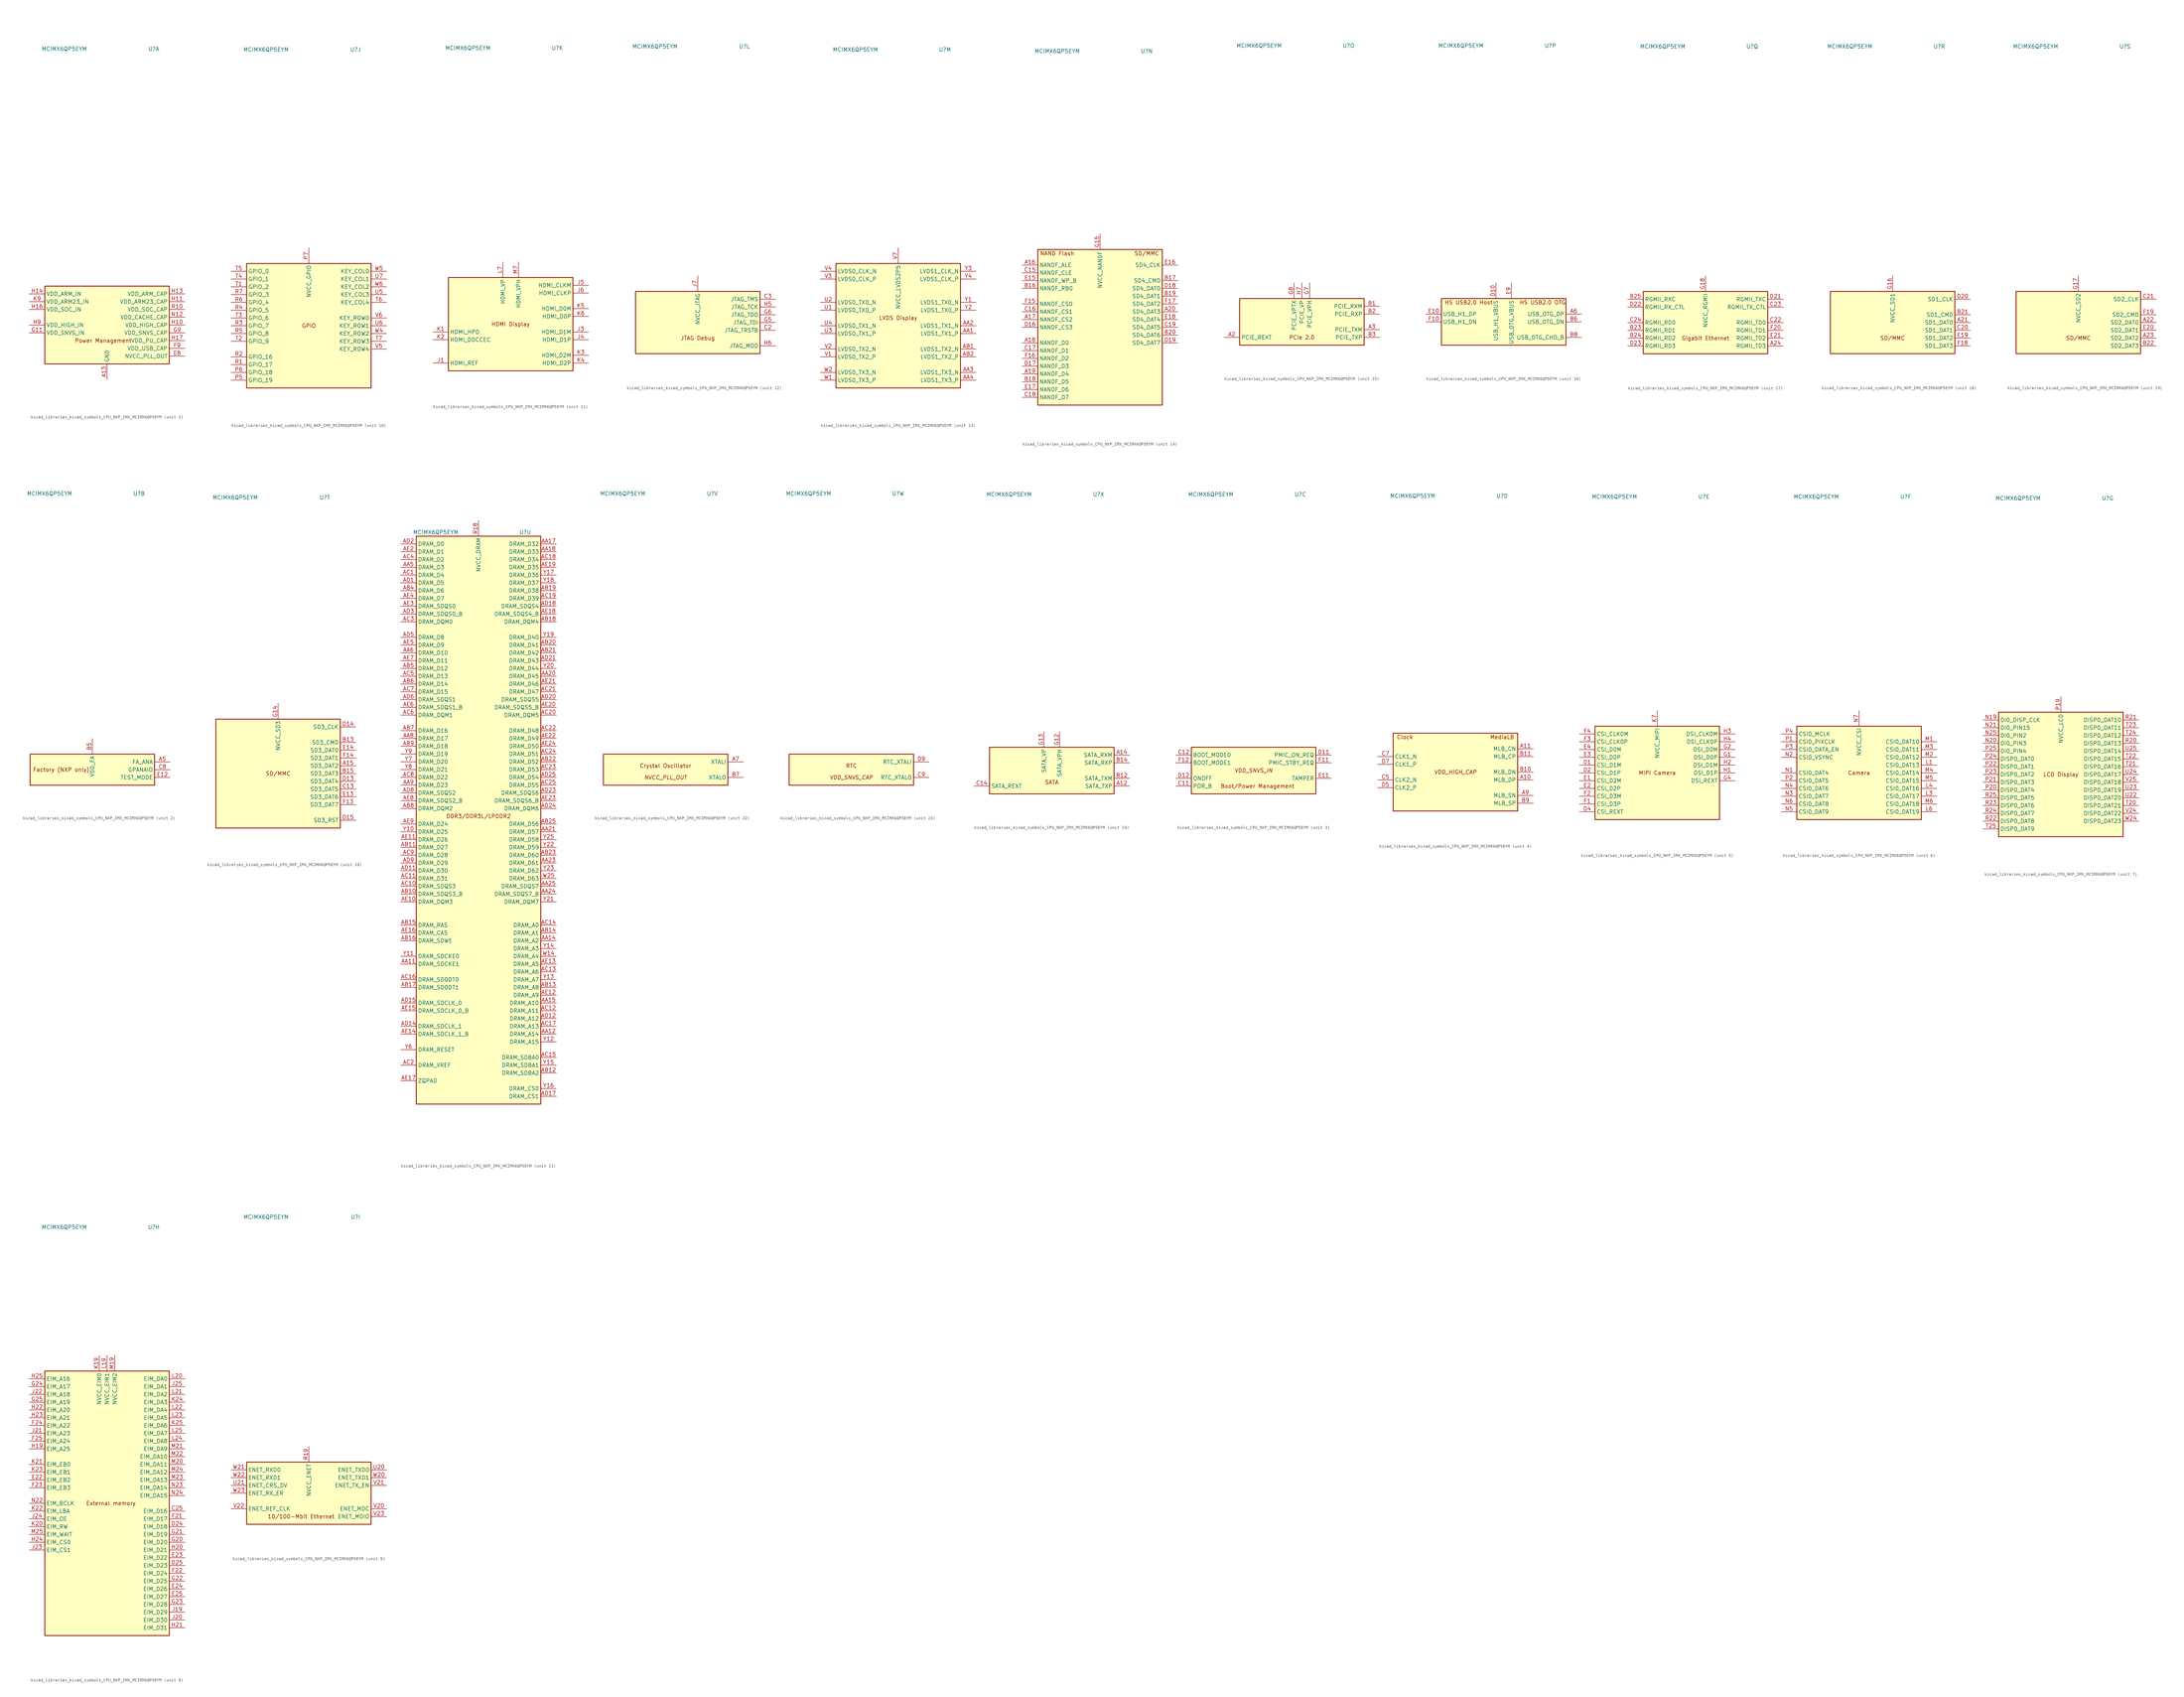
<source format=kicad_sym>
(kicad_symbol_lib
  (version 20220914)
  (generator kicad_symbol_editor)
  (symbol "kicad_libraries_kicad_symbols_CPU_NXP_IMX_MCIMX6QP5EYM"
    (property "Reference" "U"
      (at 15.24 90.17 0)
      (effects (font (size 1.27 1.27))))
    (property "Value" "MCIMX6QP5EYM"
      (at -13.97 90.17 0)
      (effects (font (size 1.27 1.27))))
    (property "ki_locked" ""
      (at 0 0 0)
      (effects (font (size 1.27 1.27))))
    (symbol "kicad_libraries_kicad_symbols_CPU_NXP_IMX_MCIMX6QP5EYM_1_0"
      (text "Power Management" (at -1.27 -5.08 0) (effects (font (size 1.27 1.27)))))
    (symbol "kicad_libraries_kicad_symbols_CPU_NXP_IMX_MCIMX6QP5EYM_1_1"
      (rectangle (start -20.32 12.7) (end 20.32 -12.7) (stroke (width 0.254) (type default)) (fill (type background)))
      (pin power_in line (at 0 -17.78 90) (length 5.08) (name "GND" (effects (font (size 1.27 1.27)))) (number "A13" (effects (font (size 1.27 1.27)))))
      (pin passive line (at 0 -17.78 90) (length 5.08) hide (name "GND" (effects (font (size 1.27 1.27)))) (number "A25" (effects (font (size 1.27 1.27)))))
      (pin passive line (at 0 -17.78 90) (length 5.08) hide (name "GND" (effects (font (size 1.27 1.27)))) (number "A4" (effects (font (size 1.27 1.27)))))
      (pin passive line (at 0 -17.78 90) (length 5.08) hide (name "GND" (effects (font (size 1.27 1.27)))) (number "A8" (effects (font (size 1.27 1.27)))))
      (pin passive line (at 0 -17.78 90) (length 5.08) hide (name "GND" (effects (font (size 1.27 1.27)))) (number "AA10" (effects (font (size 1.27 1.27)))))
      (pin passive line (at 0 -17.78 90) (length 5.08) hide (name "GND" (effects (font (size 1.27 1.27)))) (number "AA13" (effects (font (size 1.27 1.27)))))
      (pin passive line (at 0 -17.78 90) (length 5.08) hide (name "GND" (effects (font (size 1.27 1.27)))) (number "AA16" (effects (font (size 1.27 1.27)))))
      (pin passive line (at 0 -17.78 90) (length 5.08) hide (name "GND" (effects (font (size 1.27 1.27)))) (number "AA19" (effects (font (size 1.27 1.27)))))
      (pin passive line (at 0 -17.78 90) (length 5.08) hide (name "GND" (effects (font (size 1.27 1.27)))) (number "AA22" (effects (font (size 1.27 1.27)))))
      (pin passive line (at 0 -17.78 90) (length 5.08) hide (name "GND" (effects (font (size 1.27 1.27)))) (number "AA7" (effects (font (size 1.27 1.27)))))
      (pin passive line (at 0 -17.78 90) (length 5.08) hide (name "GND" (effects (font (size 1.27 1.27)))) (number "AB24" (effects (font (size 1.27 1.27)))))
      (pin passive line (at 0 -17.78 90) (length 5.08) hide (name "GND" (effects (font (size 1.27 1.27)))) (number "AB3" (effects (font (size 1.27 1.27)))))
      (pin passive line (at 0 -17.78 90) (length 5.08) hide (name "GND" (effects (font (size 1.27 1.27)))) (number "AD10" (effects (font (size 1.27 1.27)))))
      (pin passive line (at 0 -17.78 90) (length 5.08) hide (name "GND" (effects (font (size 1.27 1.27)))) (number "AD13" (effects (font (size 1.27 1.27)))))
      (pin passive line (at 0 -17.78 90) (length 5.08) hide (name "GND" (effects (font (size 1.27 1.27)))) (number "AD16" (effects (font (size 1.27 1.27)))))
      (pin passive line (at 0 -17.78 90) (length 5.08) hide (name "GND" (effects (font (size 1.27 1.27)))) (number "AD19" (effects (font (size 1.27 1.27)))))
      (pin passive line (at 0 -17.78 90) (length 5.08) hide (name "GND" (effects (font (size 1.27 1.27)))) (number "AD22" (effects (font (size 1.27 1.27)))))
      (pin passive line (at 0 -17.78 90) (length 5.08) hide (name "GND" (effects (font (size 1.27 1.27)))) (number "AD4" (effects (font (size 1.27 1.27)))))
      (pin passive line (at 0 -17.78 90) (length 5.08) hide (name "GND" (effects (font (size 1.27 1.27)))) (number "AD7" (effects (font (size 1.27 1.27)))))
      (pin passive line (at 0 -17.78 90) (length 5.08) hide (name "GND" (effects (font (size 1.27 1.27)))) (number "AE1" (effects (font (size 1.27 1.27)))))
      (pin passive line (at 0 -17.78 90) (length 5.08) hide (name "GND" (effects (font (size 1.27 1.27)))) (number "AE25" (effects (font (size 1.27 1.27)))))
      (pin passive line (at 0 -17.78 90) (length 5.08) hide (name "GND" (effects (font (size 1.27 1.27)))) (number "B4" (effects (font (size 1.27 1.27)))))
      (pin passive line (at 0 -17.78 90) (length 5.08) hide (name "GND" (effects (font (size 1.27 1.27)))) (number "C1" (effects (font (size 1.27 1.27)))))
      (pin passive line (at 0 -17.78 90) (length 5.08) hide (name "GND" (effects (font (size 1.27 1.27)))) (number "C10" (effects (font (size 1.27 1.27)))))
      (pin passive line (at 0 -17.78 90) (length 5.08) hide (name "GND" (effects (font (size 1.27 1.27)))) (number "C4" (effects (font (size 1.27 1.27)))))
      (pin passive line (at 0 -17.78 90) (length 5.08) hide (name "GND" (effects (font (size 1.27 1.27)))) (number "C6" (effects (font (size 1.27 1.27)))))
      (pin passive line (at 0 -17.78 90) (length 5.08) hide (name "GND" (effects (font (size 1.27 1.27)))) (number "D3" (effects (font (size 1.27 1.27)))))
      (pin passive line (at 0 -17.78 90) (length 5.08) hide (name "GND" (effects (font (size 1.27 1.27)))) (number "D6" (effects (font (size 1.27 1.27)))))
      (pin passive line (at 0 -17.78 90) (length 5.08) hide (name "GND" (effects (font (size 1.27 1.27)))) (number "D8" (effects (font (size 1.27 1.27)))))
      (pin passive line (at 0 -17.78 90) (length 5.08) hide (name "GND" (effects (font (size 1.27 1.27)))) (number "E5" (effects (font (size 1.27 1.27)))))
      (pin passive line (at 0 -17.78 90) (length 5.08) hide (name "GND" (effects (font (size 1.27 1.27)))) (number "E6" (effects (font (size 1.27 1.27)))))
      (pin passive line (at 0 -17.78 90) (length 5.08) hide (name "GND" (effects (font (size 1.27 1.27)))) (number "E7" (effects (font (size 1.27 1.27)))))
      (pin power_out line (at 25.4 -10.16 180) (length 5.08) (name "NVCC_PLL_OUT" (effects (font (size 1.27 1.27)))) (number "E8" (effects (font (size 1.27 1.27)))))
      (pin passive line (at 0 -17.78 90) (length 5.08) hide (name "GND" (effects (font (size 1.27 1.27)))) (number "F5" (effects (font (size 1.27 1.27)))))
      (pin passive line (at 0 -17.78 90) (length 5.08) hide (name "GND" (effects (font (size 1.27 1.27)))) (number "F6" (effects (font (size 1.27 1.27)))))
      (pin passive line (at 0 -17.78 90) (length 5.08) hide (name "GND" (effects (font (size 1.27 1.27)))) (number "F7" (effects (font (size 1.27 1.27)))))
      (pin passive line (at 0 -17.78 90) (length 5.08) hide (name "GND" (effects (font (size 1.27 1.27)))) (number "F8" (effects (font (size 1.27 1.27)))))
      (pin power_out line (at 25.4 -7.62 180) (length 5.08) (name "VDD_USB_CAP" (effects (font (size 1.27 1.27)))) (number "F9" (effects (font (size 1.27 1.27)))))
      (pin passive line (at 0 -17.78 90) (length 5.08) hide (name "GND" (effects (font (size 1.27 1.27)))) (number "G10" (effects (font (size 1.27 1.27)))))
      (pin power_in line (at -25.4 -2.54 0) (length 5.08) (name "VDD_SNVS_IN" (effects (font (size 1.27 1.27)))) (number "G11" (effects (font (size 1.27 1.27)))))
      (pin passive line (at 0 -17.78 90) (length 5.08) hide (name "GND" (effects (font (size 1.27 1.27)))) (number "G19" (effects (font (size 1.27 1.27)))))
      (pin passive line (at 0 -17.78 90) (length 5.08) hide (name "GND" (effects (font (size 1.27 1.27)))) (number "G3" (effects (font (size 1.27 1.27)))))
      (pin power_out line (at 25.4 -2.54 180) (length 5.08) (name "VDD_SNVS_CAP" (effects (font (size 1.27 1.27)))) (number "G9" (effects (font (size 1.27 1.27)))))
      (pin power_out line (at 25.4 0 180) (length 5.08) (name "VDD_HIGH_CAP" (effects (font (size 1.27 1.27)))) (number "H10" (effects (font (size 1.27 1.27)))))
      (pin power_out line (at 25.4 7.62 180) (length 5.08) (name "VDD_ARM23_CAP" (effects (font (size 1.27 1.27)))) (number "H11" (effects (font (size 1.27 1.27)))))
      (pin passive line (at 0 -17.78 90) (length 5.08) hide (name "GND" (effects (font (size 1.27 1.27)))) (number "H12" (effects (font (size 1.27 1.27)))))
      (pin power_out line (at 25.4 10.16 180) (length 5.08) (name "VDD_ARM_CAP" (effects (font (size 1.27 1.27)))) (number "H13" (effects (font (size 1.27 1.27)))))
      (pin power_in line (at -25.4 10.16 0) (length 5.08) (name "VDD_ARM_IN" (effects (font (size 1.27 1.27)))) (number "H14" (effects (font (size 1.27 1.27)))))
      (pin passive line (at 0 -17.78 90) (length 5.08) hide (name "GND" (effects (font (size 1.27 1.27)))) (number "H15" (effects (font (size 1.27 1.27)))))
      (pin power_in line (at -25.4 5.08 0) (length 5.08) (name "VDD_SOC_IN" (effects (font (size 1.27 1.27)))) (number "H16" (effects (font (size 1.27 1.27)))))
      (pin power_out line (at 25.4 -5.08 180) (length 5.08) (name "VDD_PU_CAP" (effects (font (size 1.27 1.27)))) (number "H17" (effects (font (size 1.27 1.27)))))
      (pin passive line (at 0 -17.78 90) (length 5.08) hide (name "GND" (effects (font (size 1.27 1.27)))) (number "H18" (effects (font (size 1.27 1.27)))))
      (pin passive line (at 0 -17.78 90) (length 5.08) hide (name "GND" (effects (font (size 1.27 1.27)))) (number "H8" (effects (font (size 1.27 1.27)))))
      (pin power_in line (at -25.4 0 0) (length 5.08) (name "VDD_HIGH_IN" (effects (font (size 1.27 1.27)))) (number "H9" (effects (font (size 1.27 1.27)))))
      (pin passive line (at 25.4 0 180) (length 5.08) hide (name "VDD_HIGH_CAP" (effects (font (size 1.27 1.27)))) (number "J10" (effects (font (size 1.27 1.27)))))
      (pin passive line (at 25.4 7.62 180) (length 5.08) hide (name "VDD_ARM23_CAP" (effects (font (size 1.27 1.27)))) (number "J11" (effects (font (size 1.27 1.27)))))
      (pin passive line (at 0 -17.78 90) (length 5.08) hide (name "GND" (effects (font (size 1.27 1.27)))) (number "J12" (effects (font (size 1.27 1.27)))))
      (pin passive line (at 25.4 10.16 180) (length 5.08) hide (name "VDD_ARM_CAP" (effects (font (size 1.27 1.27)))) (number "J13" (effects (font (size 1.27 1.27)))))
      (pin passive line (at -25.4 10.16 0) (length 5.08) hide (name "VDD_ARM_IN" (effects (font (size 1.27 1.27)))) (number "J14" (effects (font (size 1.27 1.27)))))
      (pin passive line (at 0 -17.78 90) (length 5.08) hide (name "GND" (effects (font (size 1.27 1.27)))) (number "J15" (effects (font (size 1.27 1.27)))))
      (pin passive line (at -25.4 5.08 0) (length 5.08) hide (name "VDD_SOC_IN" (effects (font (size 1.27 1.27)))) (number "J16" (effects (font (size 1.27 1.27)))))
      (pin passive line (at 25.4 -5.08 180) (length 5.08) hide (name "VDD_PU_CAP" (effects (font (size 1.27 1.27)))) (number "J17" (effects (font (size 1.27 1.27)))))
      (pin passive line (at 0 -17.78 90) (length 5.08) hide (name "GND" (effects (font (size 1.27 1.27)))) (number "J18" (effects (font (size 1.27 1.27)))))
      (pin passive line (at 0 -17.78 90) (length 5.08) hide (name "GND" (effects (font (size 1.27 1.27)))) (number "J2" (effects (font (size 1.27 1.27)))))
      (pin passive line (at 0 -17.78 90) (length 5.08) hide (name "GND" (effects (font (size 1.27 1.27)))) (number "J8" (effects (font (size 1.27 1.27)))))
      (pin passive line (at -25.4 0 0) (length 5.08) hide (name "VDD_HIGH_IN" (effects (font (size 1.27 1.27)))) (number "J9" (effects (font (size 1.27 1.27)))))
      (pin passive line (at 0 -17.78 90) (length 5.08) hide (name "GND" (effects (font (size 1.27 1.27)))) (number "K10" (effects (font (size 1.27 1.27)))))
      (pin passive line (at 25.4 7.62 180) (length 5.08) hide (name "VDD_ARM23_CAP" (effects (font (size 1.27 1.27)))) (number "K11" (effects (font (size 1.27 1.27)))))
      (pin passive line (at 0 -17.78 90) (length 5.08) hide (name "GND" (effects (font (size 1.27 1.27)))) (number "K12" (effects (font (size 1.27 1.27)))))
      (pin passive line (at 25.4 10.16 180) (length 5.08) hide (name "VDD_ARM_CAP" (effects (font (size 1.27 1.27)))) (number "K13" (effects (font (size 1.27 1.27)))))
      (pin passive line (at -25.4 10.16 0) (length 5.08) hide (name "VDD_ARM_IN" (effects (font (size 1.27 1.27)))) (number "K14" (effects (font (size 1.27 1.27)))))
      (pin passive line (at 0 -17.78 90) (length 5.08) hide (name "GND" (effects (font (size 1.27 1.27)))) (number "K15" (effects (font (size 1.27 1.27)))))
      (pin passive line (at -25.4 5.08 0) (length 5.08) hide (name "VDD_SOC_IN" (effects (font (size 1.27 1.27)))) (number "K16" (effects (font (size 1.27 1.27)))))
      (pin passive line (at 25.4 -5.08 180) (length 5.08) hide (name "VDD_PU_CAP" (effects (font (size 1.27 1.27)))) (number "K17" (effects (font (size 1.27 1.27)))))
      (pin passive line (at 0 -17.78 90) (length 5.08) hide (name "GND" (effects (font (size 1.27 1.27)))) (number "K18" (effects (font (size 1.27 1.27)))))
      (pin passive line (at 0 -17.78 90) (length 5.08) hide (name "GND" (effects (font (size 1.27 1.27)))) (number "K8" (effects (font (size 1.27 1.27)))))
      (pin power_in line (at -25.4 7.62 0) (length 5.08) (name "VDD_ARM23_IN" (effects (font (size 1.27 1.27)))) (number "K9" (effects (font (size 1.27 1.27)))))
      (pin passive line (at 0 -17.78 90) (length 5.08) hide (name "GND" (effects (font (size 1.27 1.27)))) (number "L10" (effects (font (size 1.27 1.27)))))
      (pin passive line (at 25.4 7.62 180) (length 5.08) hide (name "VDD_ARM23_CAP" (effects (font (size 1.27 1.27)))) (number "L11" (effects (font (size 1.27 1.27)))))
      (pin passive line (at 0 -17.78 90) (length 5.08) hide (name "GND" (effects (font (size 1.27 1.27)))) (number "L12" (effects (font (size 1.27 1.27)))))
      (pin passive line (at 25.4 10.16 180) (length 5.08) hide (name "VDD_ARM_CAP" (effects (font (size 1.27 1.27)))) (number "L13" (effects (font (size 1.27 1.27)))))
      (pin passive line (at -25.4 10.16 0) (length 5.08) hide (name "VDD_ARM_IN" (effects (font (size 1.27 1.27)))) (number "L14" (effects (font (size 1.27 1.27)))))
      (pin passive line (at 0 -17.78 90) (length 5.08) hide (name "GND" (effects (font (size 1.27 1.27)))) (number "L15" (effects (font (size 1.27 1.27)))))
      (pin passive line (at -25.4 5.08 0) (length 5.08) hide (name "VDD_SOC_IN" (effects (font (size 1.27 1.27)))) (number "L16" (effects (font (size 1.27 1.27)))))
      (pin passive line (at 25.4 -5.08 180) (length 5.08) hide (name "VDD_PU_CAP" (effects (font (size 1.27 1.27)))) (number "L17" (effects (font (size 1.27 1.27)))))
      (pin passive line (at 0 -17.78 90) (length 5.08) hide (name "GND" (effects (font (size 1.27 1.27)))) (number "L18" (effects (font (size 1.27 1.27)))))
      (pin passive line (at 0 -17.78 90) (length 5.08) hide (name "GND" (effects (font (size 1.27 1.27)))) (number "L2" (effects (font (size 1.27 1.27)))))
      (pin passive line (at 0 -17.78 90) (length 5.08) hide (name "GND" (effects (font (size 1.27 1.27)))) (number "L5" (effects (font (size 1.27 1.27)))))
      (pin passive line (at 0 -17.78 90) (length 5.08) hide (name "GND" (effects (font (size 1.27 1.27)))) (number "L8" (effects (font (size 1.27 1.27)))))
      (pin passive line (at -25.4 7.62 0) (length 5.08) hide (name "VDD_ARM23_IN" (effects (font (size 1.27 1.27)))) (number "L9" (effects (font (size 1.27 1.27)))))
      (pin passive line (at 0 -17.78 90) (length 5.08) hide (name "GND" (effects (font (size 1.27 1.27)))) (number "M10" (effects (font (size 1.27 1.27)))))
      (pin passive line (at 25.4 7.62 180) (length 5.08) hide (name "VDD_ARM23_CAP" (effects (font (size 1.27 1.27)))) (number "M11" (effects (font (size 1.27 1.27)))))
      (pin passive line (at 0 -17.78 90) (length 5.08) hide (name "GND" (effects (font (size 1.27 1.27)))) (number "M12" (effects (font (size 1.27 1.27)))))
      (pin passive line (at 25.4 10.16 180) (length 5.08) hide (name "VDD_ARM_CAP" (effects (font (size 1.27 1.27)))) (number "M13" (effects (font (size 1.27 1.27)))))
      (pin passive line (at -25.4 10.16 0) (length 5.08) hide (name "VDD_ARM_IN" (effects (font (size 1.27 1.27)))) (number "M14" (effects (font (size 1.27 1.27)))))
      (pin passive line (at 0 -17.78 90) (length 5.08) hide (name "GND" (effects (font (size 1.27 1.27)))) (number "M15" (effects (font (size 1.27 1.27)))))
      (pin passive line (at -25.4 5.08 0) (length 5.08) hide (name "VDD_SOC_IN" (effects (font (size 1.27 1.27)))) (number "M16" (effects (font (size 1.27 1.27)))))
      (pin passive line (at 25.4 -5.08 180) (length 5.08) hide (name "VDD_PU_CAP" (effects (font (size 1.27 1.27)))) (number "M17" (effects (font (size 1.27 1.27)))))
      (pin passive line (at 0 -17.78 90) (length 5.08) hide (name "GND" (effects (font (size 1.27 1.27)))) (number "M18" (effects (font (size 1.27 1.27)))))
      (pin passive line (at 0 -17.78 90) (length 5.08) hide (name "GND" (effects (font (size 1.27 1.27)))) (number "M8" (effects (font (size 1.27 1.27)))))
      (pin passive line (at -25.4 7.62 0) (length 5.08) hide (name "VDD_ARM23_IN" (effects (font (size 1.27 1.27)))) (number "M9" (effects (font (size 1.27 1.27)))))
      (pin passive line (at 0 -17.78 90) (length 5.08) hide (name "GND" (effects (font (size 1.27 1.27)))) (number "N10" (effects (font (size 1.27 1.27)))))
      (pin passive line (at 25.4 7.62 180) (length 5.08) hide (name "VDD_ARM23_CAP" (effects (font (size 1.27 1.27)))) (number "N11" (effects (font (size 1.27 1.27)))))
      (pin power_in line (at 25.4 2.54 180) (length 5.08) (name "VDD_CACHE_CAP" (effects (font (size 1.27 1.27)))) (number "N12" (effects (font (size 1.27 1.27)))))
      (pin passive line (at 25.4 10.16 180) (length 5.08) hide (name "VDD_ARM_CAP" (effects (font (size 1.27 1.27)))) (number "N13" (effects (font (size 1.27 1.27)))))
      (pin passive line (at -25.4 10.16 0) (length 5.08) hide (name "VDD_ARM_IN" (effects (font (size 1.27 1.27)))) (number "N14" (effects (font (size 1.27 1.27)))))
      (pin passive line (at 0 -17.78 90) (length 5.08) hide (name "GND" (effects (font (size 1.27 1.27)))) (number "N15" (effects (font (size 1.27 1.27)))))
      (pin passive line (at -25.4 5.08 0) (length 5.08) hide (name "VDD_SOC_IN" (effects (font (size 1.27 1.27)))) (number "N16" (effects (font (size 1.27 1.27)))))
      (pin passive line (at 25.4 -5.08 180) (length 5.08) hide (name "VDD_PU_CAP" (effects (font (size 1.27 1.27)))) (number "N17" (effects (font (size 1.27 1.27)))))
      (pin passive line (at 0 -17.78 90) (length 5.08) hide (name "GND" (effects (font (size 1.27 1.27)))) (number "N18" (effects (font (size 1.27 1.27)))))
      (pin passive line (at 0 -17.78 90) (length 5.08) hide (name "GND" (effects (font (size 1.27 1.27)))) (number "N8" (effects (font (size 1.27 1.27)))))
      (pin passive line (at -25.4 7.62 0) (length 5.08) hide (name "VDD_ARM23_IN" (effects (font (size 1.27 1.27)))) (number "N9" (effects (font (size 1.27 1.27)))))
      (pin passive line (at 0 -17.78 90) (length 5.08) hide (name "GND" (effects (font (size 1.27 1.27)))) (number "P10" (effects (font (size 1.27 1.27)))))
      (pin passive line (at 25.4 7.62 180) (length 5.08) hide (name "VDD_ARM23_CAP" (effects (font (size 1.27 1.27)))) (number "P11" (effects (font (size 1.27 1.27)))))
      (pin passive line (at 0 -17.78 90) (length 5.08) hide (name "GND" (effects (font (size 1.27 1.27)))) (number "P12" (effects (font (size 1.27 1.27)))))
      (pin passive line (at 25.4 10.16 180) (length 5.08) hide (name "VDD_ARM_CAP" (effects (font (size 1.27 1.27)))) (number "P13" (effects (font (size 1.27 1.27)))))
      (pin passive line (at -25.4 10.16 0) (length 5.08) hide (name "VDD_ARM_IN" (effects (font (size 1.27 1.27)))) (number "P14" (effects (font (size 1.27 1.27)))))
      (pin passive line (at 0 -17.78 90) (length 5.08) hide (name "GND" (effects (font (size 1.27 1.27)))) (number "P15" (effects (font (size 1.27 1.27)))))
      (pin passive line (at -25.4 5.08 0) (length 5.08) hide (name "VDD_SOC_IN" (effects (font (size 1.27 1.27)))) (number "P16" (effects (font (size 1.27 1.27)))))
      (pin passive line (at 25.4 -5.08 180) (length 5.08) hide (name "VDD_PU_CAP" (effects (font (size 1.27 1.27)))) (number "P17" (effects (font (size 1.27 1.27)))))
      (pin passive line (at 0 -17.78 90) (length 5.08) hide (name "GND" (effects (font (size 1.27 1.27)))) (number "P18" (effects (font (size 1.27 1.27)))))
      (pin passive line (at 0 -17.78 90) (length 5.08) hide (name "GND" (effects (font (size 1.27 1.27)))) (number "P8" (effects (font (size 1.27 1.27)))))
      (pin passive line (at -25.4 7.62 0) (length 5.08) hide (name "VDD_ARM23_IN" (effects (font (size 1.27 1.27)))) (number "P9" (effects (font (size 1.27 1.27)))))
      (pin power_out line (at 25.4 5.08 180) (length 5.08) (name "VDD_SOC_CAP" (effects (font (size 1.27 1.27)))) (number "R10" (effects (font (size 1.27 1.27)))))
      (pin passive line (at 25.4 7.62 180) (length 5.08) hide (name "VDD_ARM23_CAP" (effects (font (size 1.27 1.27)))) (number "R11" (effects (font (size 1.27 1.27)))))
      (pin passive line (at 0 -17.78 90) (length 5.08) hide (name "GND" (effects (font (size 1.27 1.27)))) (number "R12" (effects (font (size 1.27 1.27)))))
      (pin passive line (at 25.4 10.16 180) (length 5.08) hide (name "VDD_ARM_CAP" (effects (font (size 1.27 1.27)))) (number "R13" (effects (font (size 1.27 1.27)))))
      (pin passive line (at -25.4 10.16 0) (length 5.08) hide (name "VDD_ARM_IN" (effects (font (size 1.27 1.27)))) (number "R14" (effects (font (size 1.27 1.27)))))
      (pin passive line (at 0 -17.78 90) (length 5.08) hide (name "GND" (effects (font (size 1.27 1.27)))) (number "R15" (effects (font (size 1.27 1.27)))))
      (pin passive line (at -25.4 5.08 0) (length 5.08) hide (name "VDD_SOC_IN" (effects (font (size 1.27 1.27)))) (number "R16" (effects (font (size 1.27 1.27)))))
      (pin passive line (at 0 -17.78 90) (length 5.08) hide (name "GND" (effects (font (size 1.27 1.27)))) (number "R17" (effects (font (size 1.27 1.27)))))
      (pin passive line (at 0 -17.78 90) (length 5.08) hide (name "GND" (effects (font (size 1.27 1.27)))) (number "R8" (effects (font (size 1.27 1.27)))))
      (pin passive line (at -25.4 7.62 0) (length 5.08) hide (name "VDD_ARM23_IN" (effects (font (size 1.27 1.27)))) (number "R9" (effects (font (size 1.27 1.27)))))
      (pin passive line (at 25.4 5.08 180) (length 5.08) hide (name "VDD_SOC_CAP" (effects (font (size 1.27 1.27)))) (number "T10" (effects (font (size 1.27 1.27)))))
      (pin passive line (at 0 -17.78 90) (length 5.08) hide (name "GND" (effects (font (size 1.27 1.27)))) (number "T11" (effects (font (size 1.27 1.27)))))
      (pin passive line (at 0 -17.78 90) (length 5.08) hide (name "GND" (effects (font (size 1.27 1.27)))) (number "T12" (effects (font (size 1.27 1.27)))))
      (pin passive line (at 25.4 5.08 180) (length 5.08) hide (name "VDD_SOC_CAP" (effects (font (size 1.27 1.27)))) (number "T13" (effects (font (size 1.27 1.27)))))
      (pin passive line (at 25.4 5.08 180) (length 5.08) hide (name "VDD_SOC_CAP" (effects (font (size 1.27 1.27)))) (number "T14" (effects (font (size 1.27 1.27)))))
      (pin passive line (at 0 -17.78 90) (length 5.08) hide (name "GND" (effects (font (size 1.27 1.27)))) (number "T15" (effects (font (size 1.27 1.27)))))
      (pin passive line (at -25.4 5.08 0) (length 5.08) hide (name "VDD_SOC_IN" (effects (font (size 1.27 1.27)))) (number "T16" (effects (font (size 1.27 1.27)))))
      (pin passive line (at 0 -17.78 90) (length 5.08) hide (name "GND" (effects (font (size 1.27 1.27)))) (number "T17" (effects (font (size 1.27 1.27)))))
      (pin passive line (at 0 -17.78 90) (length 5.08) hide (name "GND" (effects (font (size 1.27 1.27)))) (number "T19" (effects (font (size 1.27 1.27)))))
      (pin passive line (at 0 -17.78 90) (length 5.08) hide (name "GND" (effects (font (size 1.27 1.27)))) (number "T8" (effects (font (size 1.27 1.27)))))
      (pin passive line (at -25.4 7.62 0) (length 5.08) hide (name "VDD_ARM23_IN" (effects (font (size 1.27 1.27)))) (number "T9" (effects (font (size 1.27 1.27)))))
      (pin passive line (at 25.4 5.08 180) (length 5.08) hide (name "VDD_SOC_CAP" (effects (font (size 1.27 1.27)))) (number "U10" (effects (font (size 1.27 1.27)))))
      (pin passive line (at 0 -17.78 90) (length 5.08) hide (name "GND" (effects (font (size 1.27 1.27)))) (number "U11" (effects (font (size 1.27 1.27)))))
      (pin passive line (at 0 -17.78 90) (length 5.08) hide (name "GND" (effects (font (size 1.27 1.27)))) (number "U12" (effects (font (size 1.27 1.27)))))
      (pin passive line (at 25.4 5.08 180) (length 5.08) hide (name "VDD_SOC_CAP" (effects (font (size 1.27 1.27)))) (number "U13" (effects (font (size 1.27 1.27)))))
      (pin passive line (at 25.4 5.08 180) (length 5.08) hide (name "VDD_SOC_CAP" (effects (font (size 1.27 1.27)))) (number "U14" (effects (font (size 1.27 1.27)))))
      (pin passive line (at 0 -17.78 90) (length 5.08) hide (name "GND" (effects (font (size 1.27 1.27)))) (number "U15" (effects (font (size 1.27 1.27)))))
      (pin passive line (at -25.4 5.08 0) (length 5.08) hide (name "VDD_SOC_IN" (effects (font (size 1.27 1.27)))) (number "U16" (effects (font (size 1.27 1.27)))))
      (pin passive line (at 0 -17.78 90) (length 5.08) hide (name "GND" (effects (font (size 1.27 1.27)))) (number "U17" (effects (font (size 1.27 1.27)))))
      (pin passive line (at 0 -17.78 90) (length 5.08) hide (name "GND" (effects (font (size 1.27 1.27)))) (number "U19" (effects (font (size 1.27 1.27)))))
      (pin passive line (at 0 -17.78 90) (length 5.08) hide (name "GND" (effects (font (size 1.27 1.27)))) (number "U8" (effects (font (size 1.27 1.27)))))
      (pin passive line (at -25.4 7.62 0) (length 5.08) hide (name "VDD_ARM23_IN" (effects (font (size 1.27 1.27)))) (number "U9" (effects (font (size 1.27 1.27)))))
      (pin passive line (at 0 -17.78 90) (length 5.08) hide (name "GND" (effects (font (size 1.27 1.27)))) (number "V19" (effects (font (size 1.27 1.27)))))
      (pin passive line (at 0 -17.78 90) (length 5.08) hide (name "GND" (effects (font (size 1.27 1.27)))) (number "V8" (effects (font (size 1.27 1.27)))))
      (pin passive line (at 0 -17.78 90) (length 5.08) hide (name "GND" (effects (font (size 1.27 1.27)))) (number "W10" (effects (font (size 1.27 1.27)))))
      (pin passive line (at 0 -17.78 90) (length 5.08) hide (name "GND" (effects (font (size 1.27 1.27)))) (number "W11" (effects (font (size 1.27 1.27)))))
      (pin passive line (at 0 -17.78 90) (length 5.08) hide (name "GND" (effects (font (size 1.27 1.27)))) (number "W12" (effects (font (size 1.27 1.27)))))
      (pin passive line (at 0 -17.78 90) (length 5.08) hide (name "GND" (effects (font (size 1.27 1.27)))) (number "W13" (effects (font (size 1.27 1.27)))))
      (pin passive line (at 0 -17.78 90) (length 5.08) hide (name "GND" (effects (font (size 1.27 1.27)))) (number "W15" (effects (font (size 1.27 1.27)))))
      (pin passive line (at 0 -17.78 90) (length 5.08) hide (name "GND" (effects (font (size 1.27 1.27)))) (number "W16" (effects (font (size 1.27 1.27)))))
      (pin passive line (at 0 -17.78 90) (length 5.08) hide (name "GND" (effects (font (size 1.27 1.27)))) (number "W17" (effects (font (size 1.27 1.27)))))
      (pin passive line (at 0 -17.78 90) (length 5.08) hide (name "GND" (effects (font (size 1.27 1.27)))) (number "W18" (effects (font (size 1.27 1.27)))))
      (pin passive line (at 0 -17.78 90) (length 5.08) hide (name "GND" (effects (font (size 1.27 1.27)))) (number "W19" (effects (font (size 1.27 1.27)))))
      (pin passive line (at 0 -17.78 90) (length 5.08) hide (name "GND" (effects (font (size 1.27 1.27)))) (number "W3" (effects (font (size 1.27 1.27)))))
      (pin passive line (at 0 -17.78 90) (length 5.08) hide (name "GND" (effects (font (size 1.27 1.27)))) (number "W7" (effects (font (size 1.27 1.27)))))
      (pin passive line (at 0 -17.78 90) (length 5.08) hide (name "GND" (effects (font (size 1.27 1.27)))) (number "W8" (effects (font (size 1.27 1.27)))))
      (pin passive line (at 0 -17.78 90) (length 5.08) hide (name "GND" (effects (font (size 1.27 1.27)))) (number "W9" (effects (font (size 1.27 1.27)))))
      (pin passive line (at 0 -17.78 90) (length 5.08) hide (name "GND" (effects (font (size 1.27 1.27)))) (number "Y24" (effects (font (size 1.27 1.27)))))
      (pin passive line (at 0 -17.78 90) (length 5.08) hide (name "GND" (effects (font (size 1.27 1.27)))) (number "Y5" (effects (font (size 1.27 1.27))))))
    (symbol "kicad_libraries_kicad_symbols_CPU_NXP_IMX_MCIMX6QP5EYM_2_0"
      (text "Factory (NXP only)" (at -10.16 0 0) (effects (font (size 1.27 1.27)))))
    (symbol "kicad_libraries_kicad_symbols_CPU_NXP_IMX_MCIMX6QP5EYM_2_1"
      (rectangle (start -20.32 5.08) (end 20.32 -5.08) (stroke (width 0.254) (type default)) (fill (type background)))
      (pin passive line (at 25.4 2.54 180) (length 5.08) (name "FA_ANA" (effects (font (size 1.27 1.27)))) (number "A5" (effects (font (size 1.27 1.27)))))
      (pin passive line (at 0 10.16 270) (length 5.08) (name "VDD_FA" (effects (font (size 1.27 1.27)))) (number "B5" (effects (font (size 1.27 1.27)))))
      (pin passive line (at 25.4 0 180) (length 5.08) (name "GPANAIO" (effects (font (size 1.27 1.27)))) (number "C8" (effects (font (size 1.27 1.27)))))
      (pin passive line (at 25.4 -2.54 180) (length 5.08) (name "TEST_MODE" (effects (font (size 1.27 1.27)))) (number "E12" (effects (font (size 1.27 1.27))))))
    (symbol "kicad_libraries_kicad_symbols_CPU_NXP_IMX_MCIMX6QP5EYM_3_0"
      (text "Boot/Power Management" (at 1.27 -5.08 0) (effects (font (size 1.27 1.27)))))
    (symbol "kicad_libraries_kicad_symbols_CPU_NXP_IMX_MCIMX6QP5EYM_3_1"
      (rectangle (start -20.32 7.62) (end 20.32 -7.62) (stroke (width 0.254) (type default)) (fill (type background)))
      (text "VDD_SNVS_IN" (at 0 0 0) (effects (font (size 1.27 1.27) italic)))
      (pin input line (at -25.4 -5.08 0) (length 5.08) (name "POR_B" (effects (font (size 1.27 1.27)))) (number "C11" (effects (font (size 1.27 1.27)))))
      (pin input line (at -25.4 5.08 0) (length 5.08) (name "BOOT_MODE0" (effects (font (size 1.27 1.27)))) (number "C12" (effects (font (size 1.27 1.27)))))
      (pin output line (at 25.4 5.08 180) (length 5.08) (name "PMIC_ON_REQ" (effects (font (size 1.27 1.27)))) (number "D11" (effects (font (size 1.27 1.27)))))
      (pin input line (at -25.4 -2.54 0) (length 5.08) (name "ONOFF" (effects (font (size 1.27 1.27)))) (number "D12" (effects (font (size 1.27 1.27)))))
      (pin input line (at 25.4 -2.54 180) (length 5.08) (name "TAMPER" (effects (font (size 1.27 1.27)))) (number "E11" (effects (font (size 1.27 1.27)))))
      (pin output line (at 25.4 2.54 180) (length 5.08) (name "PMIC_STBY_REQ" (effects (font (size 1.27 1.27)))) (number "F11" (effects (font (size 1.27 1.27)))))
      (pin input line (at -25.4 2.54 0) (length 5.08) (name "BOOT_MODE1" (effects (font (size 1.27 1.27)))) (number "F12" (effects (font (size 1.27 1.27))))))
    (symbol "kicad_libraries_kicad_symbols_CPU_NXP_IMX_MCIMX6QP5EYM_4_0"
      (text "Clock" (at -16.51 11.43 0) (effects (font (size 1.27 1.27))))
      (text "MediaLB" (at 15.24 11.43 0) (effects (font (size 1.27 1.27)))))
    (symbol "kicad_libraries_kicad_symbols_CPU_NXP_IMX_MCIMX6QP5EYM_4_1"
      (rectangle (start -20.32 12.7) (end 20.32 -12.7) (stroke (width 0.254) (type default)) (fill (type background)))
      (text "VDD_HIGH_CAP" (at 0 0 0) (effects (font (size 1.27 1.27) italic)))
      (pin bidirectional line (at 25.4 -2.54 180) (length 5.08) (name "MLB_DP" (effects (font (size 1.27 1.27)))) (number "A10" (effects (font (size 1.27 1.27)))))
      (pin input line (at 25.4 7.62 180) (length 5.08) (name "MLB_CN" (effects (font (size 1.27 1.27)))) (number "A11" (effects (font (size 1.27 1.27)))))
      (pin bidirectional line (at 25.4 -7.62 180) (length 5.08) (name "MLB_SN" (effects (font (size 1.27 1.27)))) (number "A9" (effects (font (size 1.27 1.27)))))
      (pin bidirectional line (at 25.4 0 180) (length 5.08) (name "MLB_DN" (effects (font (size 1.27 1.27)))) (number "B10" (effects (font (size 1.27 1.27)))))
      (pin input line (at 25.4 5.08 180) (length 5.08) (name "MLB_CP" (effects (font (size 1.27 1.27)))) (number "B11" (effects (font (size 1.27 1.27)))))
      (pin bidirectional line (at 25.4 -10.16 180) (length 5.08) (name "MLB_SP" (effects (font (size 1.27 1.27)))) (number "B9" (effects (font (size 1.27 1.27)))))
      (pin bidirectional line (at -25.4 -2.54 0) (length 5.08) (name "CLK2_N" (effects (font (size 1.27 1.27)))) (number "C5" (effects (font (size 1.27 1.27)))))
      (pin bidirectional line (at -25.4 5.08 0) (length 5.08) (name "CLK1_N" (effects (font (size 1.27 1.27)))) (number "C7" (effects (font (size 1.27 1.27)))))
      (pin bidirectional line (at -25.4 -5.08 0) (length 5.08) (name "CLK2_P" (effects (font (size 1.27 1.27)))) (number "D5" (effects (font (size 1.27 1.27)))))
      (pin bidirectional line (at -25.4 2.54 0) (length 5.08) (name "CLK1_P" (effects (font (size 1.27 1.27)))) (number "D7" (effects (font (size 1.27 1.27))))))
    (symbol "kicad_libraries_kicad_symbols_CPU_NXP_IMX_MCIMX6QP5EYM_5_0"
      (text "MIPI Camera" (at 0 0 0) (effects (font (size 1.27 1.27)))))
    (symbol "kicad_libraries_kicad_symbols_CPU_NXP_IMX_MCIMX6QP5EYM_5_1"
      (rectangle (start -20.32 15.24) (end 20.32 -15.24) (stroke (width 0.254) (type default)) (fill (type background)))
      (pin input line (at -25.4 2.54 0) (length 5.08) (name "CSI_D1M" (effects (font (size 1.27 1.27)))) (number "D1" (effects (font (size 1.27 1.27)))))
      (pin input line (at -25.4 0 0) (length 5.08) (name "CSI_D1P" (effects (font (size 1.27 1.27)))) (number "D2" (effects (font (size 1.27 1.27)))))
      (pin passive line (at -25.4 -12.7 0) (length 5.08) (name "CSI_REXT" (effects (font (size 1.27 1.27)))) (number "D4" (effects (font (size 1.27 1.27)))))
      (pin input line (at -25.4 -2.54 0) (length 5.08) (name "CSI_D2M" (effects (font (size 1.27 1.27)))) (number "E1" (effects (font (size 1.27 1.27)))))
      (pin input line (at -25.4 -5.08 0) (length 5.08) (name "CSI_D2P" (effects (font (size 1.27 1.27)))) (number "E2" (effects (font (size 1.27 1.27)))))
      (pin input line (at -25.4 5.08 0) (length 5.08) (name "CSI_D0P" (effects (font (size 1.27 1.27)))) (number "E3" (effects (font (size 1.27 1.27)))))
      (pin input line (at -25.4 7.62 0) (length 5.08) (name "CSI_D0M" (effects (font (size 1.27 1.27)))) (number "E4" (effects (font (size 1.27 1.27)))))
      (pin input line (at -25.4 -10.16 0) (length 5.08) (name "CSI_D3P" (effects (font (size 1.27 1.27)))) (number "F1" (effects (font (size 1.27 1.27)))))
      (pin input line (at -25.4 -7.62 0) (length 5.08) (name "CSI_D3M" (effects (font (size 1.27 1.27)))) (number "F2" (effects (font (size 1.27 1.27)))))
      (pin input line (at -25.4 10.16 0) (length 5.08) (name "CSI_CLK0P" (effects (font (size 1.27 1.27)))) (number "F3" (effects (font (size 1.27 1.27)))))
      (pin input line (at -25.4 12.7 0) (length 5.08) (name "CSI_CLK0M" (effects (font (size 1.27 1.27)))) (number "F4" (effects (font (size 1.27 1.27)))))
      (pin output line (at 25.4 5.08 180) (length 5.08) (name "DSI_D0P" (effects (font (size 1.27 1.27)))) (number "G1" (effects (font (size 1.27 1.27)))))
      (pin output line (at 25.4 7.62 180) (length 5.08) (name "DSI_D0M" (effects (font (size 1.27 1.27)))) (number "G2" (effects (font (size 1.27 1.27)))))
      (pin passive line (at 25.4 -2.54 180) (length 5.08) (name "DSI_REXT" (effects (font (size 1.27 1.27)))) (number "G4" (effects (font (size 1.27 1.27)))))
      (pin output line (at 25.4 0 180) (length 5.08) (name "DSI_D1P" (effects (font (size 1.27 1.27)))) (number "H1" (effects (font (size 1.27 1.27)))))
      (pin output line (at 25.4 2.54 180) (length 5.08) (name "DSI_D1M" (effects (font (size 1.27 1.27)))) (number "H2" (effects (font (size 1.27 1.27)))))
      (pin output line (at 25.4 12.7 180) (length 5.08) (name "DSI_CLK0M" (effects (font (size 1.27 1.27)))) (number "H3" (effects (font (size 1.27 1.27)))))
      (pin output line (at 25.4 10.16 180) (length 5.08) (name "DSI_CLK0P" (effects (font (size 1.27 1.27)))) (number "H4" (effects (font (size 1.27 1.27)))))
      (pin power_in line (at 0 20.32 270) (length 5.08) (name "NVCC_MIPI" (effects (font (size 1.27 1.27)))) (number "K7" (effects (font (size 1.27 1.27))))))
    (symbol "kicad_libraries_kicad_symbols_CPU_NXP_IMX_MCIMX6QP5EYM_6_0"
      (text "Camera" (at 0 0 0) (effects (font (size 1.27 1.27)))))
    (symbol "kicad_libraries_kicad_symbols_CPU_NXP_IMX_MCIMX6QP5EYM_6_1"
      (rectangle (start -20.32 15.24) (end 20.32 -15.24) (stroke (width 0.254) (type default)) (fill (type background)))
      (pin bidirectional line (at 25.4 2.54 180) (length 5.08) (name "CSI0_DAT13" (effects (font (size 1.27 1.27)))) (number "L1" (effects (font (size 1.27 1.27)))))
      (pin bidirectional line (at 25.4 -7.62 180) (length 5.08) (name "CSI0_DAT17" (effects (font (size 1.27 1.27)))) (number "L3" (effects (font (size 1.27 1.27)))))
      (pin bidirectional line (at 25.4 -5.08 180) (length 5.08) (name "CSI0_DAT16" (effects (font (size 1.27 1.27)))) (number "L4" (effects (font (size 1.27 1.27)))))
      (pin bidirectional line (at 25.4 -12.7 180) (length 5.08) (name "CSI0_DAT19" (effects (font (size 1.27 1.27)))) (number "L6" (effects (font (size 1.27 1.27)))))
      (pin bidirectional line (at 25.4 10.16 180) (length 5.08) (name "CSI0_DAT10" (effects (font (size 1.27 1.27)))) (number "M1" (effects (font (size 1.27 1.27)))))
      (pin bidirectional line (at 25.4 5.08 180) (length 5.08) (name "CSI0_DAT12" (effects (font (size 1.27 1.27)))) (number "M2" (effects (font (size 1.27 1.27)))))
      (pin bidirectional line (at 25.4 7.62 180) (length 5.08) (name "CSI0_DAT11" (effects (font (size 1.27 1.27)))) (number "M3" (effects (font (size 1.27 1.27)))))
      (pin bidirectional line (at 25.4 0 180) (length 5.08) (name "CSI0_DAT14" (effects (font (size 1.27 1.27)))) (number "M4" (effects (font (size 1.27 1.27)))))
      (pin bidirectional line (at 25.4 -2.54 180) (length 5.08) (name "CSI0_DAT15" (effects (font (size 1.27 1.27)))) (number "M5" (effects (font (size 1.27 1.27)))))
      (pin bidirectional line (at 25.4 -10.16 180) (length 5.08) (name "CSI0_DAT18" (effects (font (size 1.27 1.27)))) (number "M6" (effects (font (size 1.27 1.27)))))
      (pin bidirectional line (at -25.4 0 0) (length 5.08) (name "CSI0_DAT4" (effects (font (size 1.27 1.27)))) (number "N1" (effects (font (size 1.27 1.27)))))
      (pin bidirectional line (at -25.4 5.08 0) (length 5.08) (name "CSI0_VSYNC" (effects (font (size 1.27 1.27)))) (number "N2" (effects (font (size 1.27 1.27)))))
      (pin bidirectional line (at -25.4 -7.62 0) (length 5.08) (name "CSI0_DAT7" (effects (font (size 1.27 1.27)))) (number "N3" (effects (font (size 1.27 1.27)))))
      (pin bidirectional line (at -25.4 -5.08 0) (length 5.08) (name "CSI0_DAT6" (effects (font (size 1.27 1.27)))) (number "N4" (effects (font (size 1.27 1.27)))))
      (pin bidirectional line (at -25.4 -12.7 0) (length 5.08) (name "CSI0_DAT9" (effects (font (size 1.27 1.27)))) (number "N5" (effects (font (size 1.27 1.27)))))
      (pin bidirectional line (at -25.4 -10.16 0) (length 5.08) (name "CSI0_DAT8" (effects (font (size 1.27 1.27)))) (number "N6" (effects (font (size 1.27 1.27)))))
      (pin power_in line (at 0 20.32 270) (length 5.08) (name "NVCC_CSI" (effects (font (size 1.27 1.27)))) (number "N7" (effects (font (size 1.27 1.27)))))
      (pin bidirectional line (at -25.4 10.16 0) (length 5.08) (name "CSI0_PIXCLK" (effects (font (size 1.27 1.27)))) (number "P1" (effects (font (size 1.27 1.27)))))
      (pin bidirectional line (at -25.4 -2.54 0) (length 5.08) (name "CSI0_DAT5" (effects (font (size 1.27 1.27)))) (number "P2" (effects (font (size 1.27 1.27)))))
      (pin bidirectional line (at -25.4 7.62 0) (length 5.08) (name "CSI0_DATA_EN" (effects (font (size 1.27 1.27)))) (number "P3" (effects (font (size 1.27 1.27)))))
      (pin bidirectional line (at -25.4 12.7 0) (length 5.08) (name "CSI0_MCLK" (effects (font (size 1.27 1.27)))) (number "P4" (effects (font (size 1.27 1.27))))))
    (symbol "kicad_libraries_kicad_symbols_CPU_NXP_IMX_MCIMX6QP5EYM_7_0"
      (text "LCD Display" (at 0 0 0) (effects (font (size 1.27 1.27)))))
    (symbol "kicad_libraries_kicad_symbols_CPU_NXP_IMX_MCIMX6QP5EYM_7_1"
      (rectangle (start -20.32 20.32) (end 20.32 -20.32) (stroke (width 0.254) (type default)) (fill (type background)))
      (pin bidirectional line (at -25.4 17.78 0) (length 5.08) (name "DI0_DISP_CLK" (effects (font (size 1.27 1.27)))) (number "N19" (effects (font (size 1.27 1.27)))))
      (pin bidirectional line (at -25.4 10.16 0) (length 5.08) (name "DI0_PIN3" (effects (font (size 1.27 1.27)))) (number "N20" (effects (font (size 1.27 1.27)))))
      (pin bidirectional line (at -25.4 15.24 0) (length 5.08) (name "DI0_PIN15" (effects (font (size 1.27 1.27)))) (number "N21" (effects (font (size 1.27 1.27)))))
      (pin bidirectional line (at -25.4 12.7 0) (length 5.08) (name "DI0_PIN2" (effects (font (size 1.27 1.27)))) (number "N25" (effects (font (size 1.27 1.27)))))
      (pin power_in line (at 0 25.4 270) (length 5.08) (name "NVCC_LCD" (effects (font (size 1.27 1.27)))) (number "P19" (effects (font (size 1.27 1.27)))))
      (pin bidirectional line (at -25.4 -5.08 0) (length 5.08) (name "DISP0_DAT4" (effects (font (size 1.27 1.27)))) (number "P20" (effects (font (size 1.27 1.27)))))
      (pin bidirectional line (at -25.4 -2.54 0) (length 5.08) (name "DISP0_DAT3" (effects (font (size 1.27 1.27)))) (number "P21" (effects (font (size 1.27 1.27)))))
      (pin bidirectional line (at -25.4 2.54 0) (length 5.08) (name "DISP0_DAT1" (effects (font (size 1.27 1.27)))) (number "P22" (effects (font (size 1.27 1.27)))))
      (pin bidirectional line (at -25.4 0 0) (length 5.08) (name "DISP0_DAT2" (effects (font (size 1.27 1.27)))) (number "P23" (effects (font (size 1.27 1.27)))))
      (pin bidirectional line (at -25.4 5.08 0) (length 5.08) (name "DISP0_DAT0" (effects (font (size 1.27 1.27)))) (number "P24" (effects (font (size 1.27 1.27)))))
      (pin bidirectional line (at -25.4 7.62 0) (length 5.08) (name "DI0_PIN4" (effects (font (size 1.27 1.27)))) (number "P25" (effects (font (size 1.27 1.27)))))
      (pin bidirectional line (at 25.4 10.16 180) (length 5.08) (name "DISP0_DAT13" (effects (font (size 1.27 1.27)))) (number "R20" (effects (font (size 1.27 1.27)))))
      (pin bidirectional line (at 25.4 17.78 180) (length 5.08) (name "DISP0_DAT10" (effects (font (size 1.27 1.27)))) (number "R21" (effects (font (size 1.27 1.27)))))
      (pin bidirectional line (at -25.4 -15.24 0) (length 5.08) (name "DISP0_DAT8" (effects (font (size 1.27 1.27)))) (number "R22" (effects (font (size 1.27 1.27)))))
      (pin bidirectional line (at -25.4 -10.16 0) (length 5.08) (name "DISP0_DAT6" (effects (font (size 1.27 1.27)))) (number "R23" (effects (font (size 1.27 1.27)))))
      (pin bidirectional line (at -25.4 -12.7 0) (length 5.08) (name "DISP0_DAT7" (effects (font (size 1.27 1.27)))) (number "R24" (effects (font (size 1.27 1.27)))))
      (pin bidirectional line (at -25.4 -7.62 0) (length 5.08) (name "DISP0_DAT5" (effects (font (size 1.27 1.27)))) (number "R25" (effects (font (size 1.27 1.27)))))
      (pin bidirectional line (at 25.4 -10.16 180) (length 5.08) (name "DISP0_DAT21" (effects (font (size 1.27 1.27)))) (number "T20" (effects (font (size 1.27 1.27)))))
      (pin bidirectional line (at 25.4 2.54 180) (length 5.08) (name "DISP0_DAT16" (effects (font (size 1.27 1.27)))) (number "T21" (effects (font (size 1.27 1.27)))))
      (pin bidirectional line (at 25.4 5.08 180) (length 5.08) (name "DISP0_DAT15" (effects (font (size 1.27 1.27)))) (number "T22" (effects (font (size 1.27 1.27)))))
      (pin bidirectional line (at 25.4 15.24 180) (length 5.08) (name "DISP0_DAT11" (effects (font (size 1.27 1.27)))) (number "T23" (effects (font (size 1.27 1.27)))))
      (pin bidirectional line (at 25.4 12.7 180) (length 5.08) (name "DISP0_DAT12" (effects (font (size 1.27 1.27)))) (number "T24" (effects (font (size 1.27 1.27)))))
      (pin bidirectional line (at -25.4 -17.78 0) (length 5.08) (name "DISP0_DAT9" (effects (font (size 1.27 1.27)))) (number "T25" (effects (font (size 1.27 1.27)))))
      (pin bidirectional line (at 25.4 -7.62 180) (length 5.08) (name "DISP0_DAT20" (effects (font (size 1.27 1.27)))) (number "U22" (effects (font (size 1.27 1.27)))))
      (pin bidirectional line (at 25.4 -5.08 180) (length 5.08) (name "DISP0_DAT19" (effects (font (size 1.27 1.27)))) (number "U23" (effects (font (size 1.27 1.27)))))
      (pin bidirectional line (at 25.4 0 180) (length 5.08) (name "DISP0_DAT17" (effects (font (size 1.27 1.27)))) (number "U24" (effects (font (size 1.27 1.27)))))
      (pin bidirectional line (at 25.4 7.62 180) (length 5.08) (name "DISP0_DAT14" (effects (font (size 1.27 1.27)))) (number "U25" (effects (font (size 1.27 1.27)))))
      (pin bidirectional line (at 25.4 -12.7 180) (length 5.08) (name "DISP0_DAT22" (effects (font (size 1.27 1.27)))) (number "V24" (effects (font (size 1.27 1.27)))))
      (pin bidirectional line (at 25.4 -2.54 180) (length 5.08) (name "DISP0_DAT18" (effects (font (size 1.27 1.27)))) (number "V25" (effects (font (size 1.27 1.27)))))
      (pin bidirectional line (at 25.4 -15.24 180) (length 5.08) (name "DISP0_DAT23" (effects (font (size 1.27 1.27)))) (number "W24" (effects (font (size 1.27 1.27))))))
    (symbol "kicad_libraries_kicad_symbols_CPU_NXP_IMX_MCIMX6QP5EYM_8_0"
      (text "External memory" (at 1.27 0 0) (effects (font (size 1.27 1.27)))))
    (symbol "kicad_libraries_kicad_symbols_CPU_NXP_IMX_MCIMX6QP5EYM_8_1"
      (rectangle (start -20.32 43.18) (end 20.32 -43.18) (stroke (width 0.254) (type default)) (fill (type background)))
      (pin bidirectional line (at 25.4 -2.54 180) (length 5.08) (name "EIM_D16" (effects (font (size 1.27 1.27)))) (number "C25" (effects (font (size 1.27 1.27)))))
      (pin bidirectional line (at 25.4 -7.62 180) (length 5.08) (name "EIM_D18" (effects (font (size 1.27 1.27)))) (number "D24" (effects (font (size 1.27 1.27)))))
      (pin bidirectional line (at 25.4 -20.32 180) (length 5.08) (name "EIM_D23" (effects (font (size 1.27 1.27)))) (number "D25" (effects (font (size 1.27 1.27)))))
      (pin bidirectional line (at -25.4 7.62 0) (length 5.08) (name "EIM_EB2" (effects (font (size 1.27 1.27)))) (number "E22" (effects (font (size 1.27 1.27)))))
      (pin bidirectional line (at 25.4 -17.78 180) (length 5.08) (name "EIM_D22" (effects (font (size 1.27 1.27)))) (number "E23" (effects (font (size 1.27 1.27)))))
      (pin bidirectional line (at 25.4 -27.94 180) (length 5.08) (name "EIM_D26" (effects (font (size 1.27 1.27)))) (number "E24" (effects (font (size 1.27 1.27)))))
      (pin bidirectional line (at 25.4 -30.48 180) (length 5.08) (name "EIM_D27" (effects (font (size 1.27 1.27)))) (number "E25" (effects (font (size 1.27 1.27)))))
      (pin bidirectional line (at 25.4 -5.08 180) (length 5.08) (name "EIM_D17" (effects (font (size 1.27 1.27)))) (number "F21" (effects (font (size 1.27 1.27)))))
      (pin bidirectional line (at 25.4 -22.86 180) (length 5.08) (name "EIM_D24" (effects (font (size 1.27 1.27)))) (number "F22" (effects (font (size 1.27 1.27)))))
      (pin bidirectional line (at -25.4 5.08 0) (length 5.08) (name "EIM_EB3" (effects (font (size 1.27 1.27)))) (number "F23" (effects (font (size 1.27 1.27)))))
      (pin bidirectional line (at -25.4 25.4 0) (length 5.08) (name "EIM_A22" (effects (font (size 1.27 1.27)))) (number "F24" (effects (font (size 1.27 1.27)))))
      (pin bidirectional line (at -25.4 20.32 0) (length 5.08) (name "EIM_A24" (effects (font (size 1.27 1.27)))) (number "F25" (effects (font (size 1.27 1.27)))))
      (pin bidirectional line (at 25.4 -12.7 180) (length 5.08) (name "EIM_D20" (effects (font (size 1.27 1.27)))) (number "G20" (effects (font (size 1.27 1.27)))))
      (pin bidirectional line (at 25.4 -10.16 180) (length 5.08) (name "EIM_D19" (effects (font (size 1.27 1.27)))) (number "G21" (effects (font (size 1.27 1.27)))))
      (pin bidirectional line (at 25.4 -25.4 180) (length 5.08) (name "EIM_D25" (effects (font (size 1.27 1.27)))) (number "G22" (effects (font (size 1.27 1.27)))))
      (pin bidirectional line (at 25.4 -33.02 180) (length 5.08) (name "EIM_D28" (effects (font (size 1.27 1.27)))) (number "G23" (effects (font (size 1.27 1.27)))))
      (pin bidirectional line (at -25.4 38.1 0) (length 5.08) (name "EIM_A17" (effects (font (size 1.27 1.27)))) (number "G24" (effects (font (size 1.27 1.27)))))
      (pin bidirectional line (at -25.4 33.02 0) (length 5.08) (name "EIM_A19" (effects (font (size 1.27 1.27)))) (number "G25" (effects (font (size 1.27 1.27)))))
      (pin bidirectional line (at -25.4 17.78 0) (length 5.08) (name "EIM_A25" (effects (font (size 1.27 1.27)))) (number "H19" (effects (font (size 1.27 1.27)))))
      (pin bidirectional line (at 25.4 -15.24 180) (length 5.08) (name "EIM_D21" (effects (font (size 1.27 1.27)))) (number "H20" (effects (font (size 1.27 1.27)))))
      (pin bidirectional line (at 25.4 -40.64 180) (length 5.08) (name "EIM_D31" (effects (font (size 1.27 1.27)))) (number "H21" (effects (font (size 1.27 1.27)))))
      (pin bidirectional line (at -25.4 30.48 0) (length 5.08) (name "EIM_A20" (effects (font (size 1.27 1.27)))) (number "H22" (effects (font (size 1.27 1.27)))))
      (pin bidirectional line (at -25.4 27.94 0) (length 5.08) (name "EIM_A21" (effects (font (size 1.27 1.27)))) (number "H23" (effects (font (size 1.27 1.27)))))
      (pin bidirectional line (at -25.4 -12.7 0) (length 5.08) (name "EIM_CS0" (effects (font (size 1.27 1.27)))) (number "H24" (effects (font (size 1.27 1.27)))))
      (pin bidirectional line (at -25.4 40.64 0) (length 5.08) (name "EIM_A16" (effects (font (size 1.27 1.27)))) (number "H25" (effects (font (size 1.27 1.27)))))
      (pin bidirectional line (at 25.4 -35.56 180) (length 5.08) (name "EIM_D29" (effects (font (size 1.27 1.27)))) (number "J19" (effects (font (size 1.27 1.27)))))
      (pin bidirectional line (at 25.4 -38.1 180) (length 5.08) (name "EIM_D30" (effects (font (size 1.27 1.27)))) (number "J20" (effects (font (size 1.27 1.27)))))
      (pin bidirectional line (at -25.4 22.86 0) (length 5.08) (name "EIM_A23" (effects (font (size 1.27 1.27)))) (number "J21" (effects (font (size 1.27 1.27)))))
      (pin bidirectional line (at -25.4 35.56 0) (length 5.08) (name "EIM_A18" (effects (font (size 1.27 1.27)))) (number "J22" (effects (font (size 1.27 1.27)))))
      (pin bidirectional line (at -25.4 -15.24 0) (length 5.08) (name "EIM_CS1" (effects (font (size 1.27 1.27)))) (number "J23" (effects (font (size 1.27 1.27)))))
      (pin bidirectional line (at -25.4 -5.08 0) (length 5.08) (name "EIM_OE" (effects (font (size 1.27 1.27)))) (number "J24" (effects (font (size 1.27 1.27)))))
      (pin bidirectional line (at 25.4 38.1 180) (length 5.08) (name "EIM_DA1" (effects (font (size 1.27 1.27)))) (number "J25" (effects (font (size 1.27 1.27)))))
      (pin power_in line (at -2.54 48.26 270) (length 5.08) (name "NVCC_EIM0" (effects (font (size 1.27 1.27)))) (number "K19" (effects (font (size 1.27 1.27)))))
      (pin bidirectional line (at -25.4 -7.62 0) (length 5.08) (name "EIM_RW" (effects (font (size 1.27 1.27)))) (number "K20" (effects (font (size 1.27 1.27)))))
      (pin bidirectional line (at -25.4 12.7 0) (length 5.08) (name "EIM_EB0" (effects (font (size 1.27 1.27)))) (number "K21" (effects (font (size 1.27 1.27)))))
      (pin bidirectional line (at -25.4 -2.54 0) (length 5.08) (name "EIM_LBA" (effects (font (size 1.27 1.27)))) (number "K22" (effects (font (size 1.27 1.27)))))
      (pin bidirectional line (at -25.4 10.16 0) (length 5.08) (name "EIM_EB1" (effects (font (size 1.27 1.27)))) (number "K23" (effects (font (size 1.27 1.27)))))
      (pin bidirectional line (at 25.4 33.02 180) (length 5.08) (name "EIM_DA3" (effects (font (size 1.27 1.27)))) (number "K24" (effects (font (size 1.27 1.27)))))
      (pin bidirectional line (at 25.4 25.4 180) (length 5.08) (name "EIM_DA6" (effects (font (size 1.27 1.27)))) (number "K25" (effects (font (size 1.27 1.27)))))
      (pin power_in line (at 0 48.26 270) (length 5.08) (name "NVCC_EIM1" (effects (font (size 1.27 1.27)))) (number "L19" (effects (font (size 1.27 1.27)))))
      (pin bidirectional line (at 25.4 40.64 180) (length 5.08) (name "EIM_DA0" (effects (font (size 1.27 1.27)))) (number "L20" (effects (font (size 1.27 1.27)))))
      (pin bidirectional line (at 25.4 35.56 180) (length 5.08) (name "EIM_DA2" (effects (font (size 1.27 1.27)))) (number "L21" (effects (font (size 1.27 1.27)))))
      (pin bidirectional line (at 25.4 30.48 180) (length 5.08) (name "EIM_DA4" (effects (font (size 1.27 1.27)))) (number "L22" (effects (font (size 1.27 1.27)))))
      (pin bidirectional line (at 25.4 27.94 180) (length 5.08) (name "EIM_DA5" (effects (font (size 1.27 1.27)))) (number "L23" (effects (font (size 1.27 1.27)))))
      (pin bidirectional line (at 25.4 20.32 180) (length 5.08) (name "EIM_DA8" (effects (font (size 1.27 1.27)))) (number "L24" (effects (font (size 1.27 1.27)))))
      (pin bidirectional line (at 25.4 22.86 180) (length 5.08) (name "EIM_DA7" (effects (font (size 1.27 1.27)))) (number "L25" (effects (font (size 1.27 1.27)))))
      (pin power_in line (at 2.54 48.26 270) (length 5.08) (name "NVCC_EIM2" (effects (font (size 1.27 1.27)))) (number "M19" (effects (font (size 1.27 1.27)))))
      (pin bidirectional line (at 25.4 12.7 180) (length 5.08) (name "EIM_DA11" (effects (font (size 1.27 1.27)))) (number "M20" (effects (font (size 1.27 1.27)))))
      (pin bidirectional line (at 25.4 17.78 180) (length 5.08) (name "EIM_DA9" (effects (font (size 1.27 1.27)))) (number "M21" (effects (font (size 1.27 1.27)))))
      (pin bidirectional line (at 25.4 15.24 180) (length 5.08) (name "EIM_DA10" (effects (font (size 1.27 1.27)))) (number "M22" (effects (font (size 1.27 1.27)))))
      (pin bidirectional line (at 25.4 7.62 180) (length 5.08) (name "EIM_DA13" (effects (font (size 1.27 1.27)))) (number "M23" (effects (font (size 1.27 1.27)))))
      (pin bidirectional line (at 25.4 10.16 180) (length 5.08) (name "EIM_DA12" (effects (font (size 1.27 1.27)))) (number "M24" (effects (font (size 1.27 1.27)))))
      (pin bidirectional line (at -25.4 -10.16 0) (length 5.08) (name "EIM_WAIT" (effects (font (size 1.27 1.27)))) (number "M25" (effects (font (size 1.27 1.27)))))
      (pin bidirectional line (at -25.4 0 0) (length 5.08) (name "EIM_BCLK" (effects (font (size 1.27 1.27)))) (number "N22" (effects (font (size 1.27 1.27)))))
      (pin bidirectional line (at 25.4 5.08 180) (length 5.08) (name "EIM_DA14" (effects (font (size 1.27 1.27)))) (number "N23" (effects (font (size 1.27 1.27)))))
      (pin bidirectional line (at 25.4 2.54 180) (length 5.08) (name "EIM_DA15" (effects (font (size 1.27 1.27)))) (number "N24" (effects (font (size 1.27 1.27))))))
    (symbol "kicad_libraries_kicad_symbols_CPU_NXP_IMX_MCIMX6QP5EYM_9_0"
      (text "10/100-Mbit Ethernet" (at -2.54 -7.62 0) (effects (font (size 1.27 1.27)))))
    (symbol "kicad_libraries_kicad_symbols_CPU_NXP_IMX_MCIMX6QP5EYM_9_1"
      (rectangle (start -20.32 10.16) (end 20.32 -10.16) (stroke (width 0.254) (type default)) (fill (type background)))
      (pin power_in line (at 0 15.24 270) (length 5.08) (name "NVCC_ENET" (effects (font (size 1.27 1.27)))) (number "R19" (effects (font (size 1.27 1.27)))))
      (pin bidirectional line (at 25.4 7.62 180) (length 5.08) (name "ENET_TXD0" (effects (font (size 1.27 1.27)))) (number "U20" (effects (font (size 1.27 1.27)))))
      (pin bidirectional line (at -25.4 2.54 0) (length 5.08) (name "ENET_CRS_DV" (effects (font (size 1.27 1.27)))) (number "U21" (effects (font (size 1.27 1.27)))))
      (pin bidirectional line (at 25.4 -5.08 180) (length 5.08) (name "ENET_MDC" (effects (font (size 1.27 1.27)))) (number "V20" (effects (font (size 1.27 1.27)))))
      (pin bidirectional line (at 25.4 2.54 180) (length 5.08) (name "ENET_TX_EN" (effects (font (size 1.27 1.27)))) (number "V21" (effects (font (size 1.27 1.27)))))
      (pin bidirectional line (at -25.4 -5.08 0) (length 5.08) (name "ENET_REF_CLK" (effects (font (size 1.27 1.27)))) (number "V22" (effects (font (size 1.27 1.27)))))
      (pin bidirectional line (at 25.4 -7.62 180) (length 5.08) (name "ENET_MDIO" (effects (font (size 1.27 1.27)))) (number "V23" (effects (font (size 1.27 1.27)))))
      (pin bidirectional line (at 25.4 5.08 180) (length 5.08) (name "ENET_TXD1" (effects (font (size 1.27 1.27)))) (number "W20" (effects (font (size 1.27 1.27)))))
      (pin bidirectional line (at -25.4 7.62 0) (length 5.08) (name "ENET_RXD0" (effects (font (size 1.27 1.27)))) (number "W21" (effects (font (size 1.27 1.27)))))
      (pin bidirectional line (at -25.4 5.08 0) (length 5.08) (name "ENET_RXD1" (effects (font (size 1.27 1.27)))) (number "W22" (effects (font (size 1.27 1.27)))))
      (pin bidirectional line (at -25.4 0 0) (length 5.08) (name "ENET_RX_ER" (effects (font (size 1.27 1.27)))) (number "W23" (effects (font (size 1.27 1.27))))))
    (symbol "kicad_libraries_kicad_symbols_CPU_NXP_IMX_MCIMX6QP5EYM_10_0"
      (text "GPIO" (at 0 0 0) (effects (font (size 1.27 1.27)))))
    (symbol "kicad_libraries_kicad_symbols_CPU_NXP_IMX_MCIMX6QP5EYM_10_1"
      (rectangle (start -20.32 20.32) (end 20.32 -20.32) (stroke (width 0.254) (type default)) (fill (type background)))
      (pin bidirectional line (at -25.4 -17.78 0) (length 5.08) (name "GPIO_19" (effects (font (size 1.27 1.27)))) (number "P5" (effects (font (size 1.27 1.27)))))
      (pin bidirectional line (at -25.4 -15.24 0) (length 5.08) (name "GPIO_18" (effects (font (size 1.27 1.27)))) (number "P6" (effects (font (size 1.27 1.27)))))
      (pin power_in line (at 0 25.4 270) (length 5.08) (name "NVCC_GPIO" (effects (font (size 1.27 1.27)))) (number "P7" (effects (font (size 1.27 1.27)))))
      (pin bidirectional line (at -25.4 -12.7 0) (length 5.08) (name "GPIO_17" (effects (font (size 1.27 1.27)))) (number "R1" (effects (font (size 1.27 1.27)))))
      (pin bidirectional line (at -25.4 -10.16 0) (length 5.08) (name "GPIO_16" (effects (font (size 1.27 1.27)))) (number "R2" (effects (font (size 1.27 1.27)))))
      (pin bidirectional line (at -25.4 0 0) (length 5.08) (name "GPIO_7" (effects (font (size 1.27 1.27)))) (number "R3" (effects (font (size 1.27 1.27)))))
      (pin bidirectional line (at -25.4 5.08 0) (length 5.08) (name "GPIO_5" (effects (font (size 1.27 1.27)))) (number "R4" (effects (font (size 1.27 1.27)))))
      (pin bidirectional line (at -25.4 -2.54 0) (length 5.08) (name "GPIO_8" (effects (font (size 1.27 1.27)))) (number "R5" (effects (font (size 1.27 1.27)))))
      (pin bidirectional line (at -25.4 7.62 0) (length 5.08) (name "GPIO_4" (effects (font (size 1.27 1.27)))) (number "R6" (effects (font (size 1.27 1.27)))))
      (pin bidirectional line (at -25.4 10.16 0) (length 5.08) (name "GPIO_3" (effects (font (size 1.27 1.27)))) (number "R7" (effects (font (size 1.27 1.27)))))
      (pin bidirectional line (at -25.4 12.7 0) (length 5.08) (name "GPIO_2" (effects (font (size 1.27 1.27)))) (number "T1" (effects (font (size 1.27 1.27)))))
      (pin bidirectional line (at -25.4 -5.08 0) (length 5.08) (name "GPIO_9" (effects (font (size 1.27 1.27)))) (number "T2" (effects (font (size 1.27 1.27)))))
      (pin bidirectional line (at -25.4 2.54 0) (length 5.08) (name "GPIO_6" (effects (font (size 1.27 1.27)))) (number "T3" (effects (font (size 1.27 1.27)))))
      (pin bidirectional line (at -25.4 15.24 0) (length 5.08) (name "GPIO_1" (effects (font (size 1.27 1.27)))) (number "T4" (effects (font (size 1.27 1.27)))))
      (pin bidirectional line (at -25.4 17.78 0) (length 5.08) (name "GPIO_0" (effects (font (size 1.27 1.27)))) (number "T5" (effects (font (size 1.27 1.27)))))
      (pin bidirectional line (at 25.4 7.62 180) (length 5.08) (name "KEY_COL4" (effects (font (size 1.27 1.27)))) (number "T6" (effects (font (size 1.27 1.27)))))
      (pin bidirectional line (at 25.4 -5.08 180) (length 5.08) (name "KEY_ROW3" (effects (font (size 1.27 1.27)))) (number "T7" (effects (font (size 1.27 1.27)))))
      (pin bidirectional line (at 25.4 10.16 180) (length 5.08) (name "KEY_COL3" (effects (font (size 1.27 1.27)))) (number "U5" (effects (font (size 1.27 1.27)))))
      (pin bidirectional line (at 25.4 0 180) (length 5.08) (name "KEY_ROW1" (effects (font (size 1.27 1.27)))) (number "U6" (effects (font (size 1.27 1.27)))))
      (pin bidirectional line (at 25.4 15.24 180) (length 5.08) (name "KEY_COL1" (effects (font (size 1.27 1.27)))) (number "U7" (effects (font (size 1.27 1.27)))))
      (pin bidirectional line (at 25.4 -7.62 180) (length 5.08) (name "KEY_ROW4" (effects (font (size 1.27 1.27)))) (number "V5" (effects (font (size 1.27 1.27)))))
      (pin bidirectional line (at 25.4 2.54 180) (length 5.08) (name "KEY_ROW0" (effects (font (size 1.27 1.27)))) (number "V6" (effects (font (size 1.27 1.27)))))
      (pin bidirectional line (at 25.4 -2.54 180) (length 5.08) (name "KEY_ROW2" (effects (font (size 1.27 1.27)))) (number "W4" (effects (font (size 1.27 1.27)))))
      (pin bidirectional line (at 25.4 17.78 180) (length 5.08) (name "KEY_COL0" (effects (font (size 1.27 1.27)))) (number "W5" (effects (font (size 1.27 1.27)))))
      (pin bidirectional line (at 25.4 12.7 180) (length 5.08) (name "KEY_COL2" (effects (font (size 1.27 1.27)))) (number "W6" (effects (font (size 1.27 1.27))))))
    (symbol "kicad_libraries_kicad_symbols_CPU_NXP_IMX_MCIMX6QP5EYM_11_0"
      (text "HDMI Display" (at 0 0 0) (effects (font (size 1.27 1.27)))))
    (symbol "kicad_libraries_kicad_symbols_CPU_NXP_IMX_MCIMX6QP5EYM_11_1"
      (rectangle (start -20.32 15.24) (end 20.32 -15.24) (stroke (width 0.254) (type default)) (fill (type background)))
      (pin passive line (at -25.4 -12.7 0) (length 5.08) (name "HDMI_REF" (effects (font (size 1.27 1.27)))) (number "J1" (effects (font (size 1.27 1.27)))))
      (pin output line (at 25.4 -2.54 180) (length 5.08) (name "HDMI_D1M" (effects (font (size 1.27 1.27)))) (number "J3" (effects (font (size 1.27 1.27)))))
      (pin output line (at 25.4 -5.08 180) (length 5.08) (name "HDMI_D1P" (effects (font (size 1.27 1.27)))) (number "J4" (effects (font (size 1.27 1.27)))))
      (pin output line (at 25.4 12.7 180) (length 5.08) (name "HDMI_CLKM" (effects (font (size 1.27 1.27)))) (number "J5" (effects (font (size 1.27 1.27)))))
      (pin output line (at 25.4 10.16 180) (length 5.08) (name "HDMI_CLKP" (effects (font (size 1.27 1.27)))) (number "J6" (effects (font (size 1.27 1.27)))))
      (pin input line (at -25.4 -2.54 0) (length 5.08) (name "HDMI_HPD" (effects (font (size 1.27 1.27)))) (number "K1" (effects (font (size 1.27 1.27)))))
      (pin passive line (at -25.4 -5.08 0) (length 5.08) (name "HDMI_DDCCEC" (effects (font (size 1.27 1.27)))) (number "K2" (effects (font (size 1.27 1.27)))))
      (pin output line (at 25.4 -10.16 180) (length 5.08) (name "HDMI_D2M" (effects (font (size 1.27 1.27)))) (number "K3" (effects (font (size 1.27 1.27)))))
      (pin output line (at 25.4 -12.7 180) (length 5.08) (name "HDMI_D2P" (effects (font (size 1.27 1.27)))) (number "K4" (effects (font (size 1.27 1.27)))))
      (pin output line (at 25.4 5.08 180) (length 5.08) (name "HDMI_D0M" (effects (font (size 1.27 1.27)))) (number "K5" (effects (font (size 1.27 1.27)))))
      (pin output line (at 25.4 2.54 180) (length 5.08) (name "HDMI_D0P" (effects (font (size 1.27 1.27)))) (number "K6" (effects (font (size 1.27 1.27)))))
      (pin power_in line (at -2.54 20.32 270) (length 5.08) (name "HDMI_VP" (effects (font (size 1.27 1.27)))) (number "L7" (effects (font (size 1.27 1.27)))))
      (pin power_in line (at 2.54 20.32 270) (length 5.08) (name "HDMI_VPH" (effects (font (size 1.27 1.27)))) (number "M7" (effects (font (size 1.27 1.27))))))
    (symbol "kicad_libraries_kicad_symbols_CPU_NXP_IMX_MCIMX6QP5EYM_12_0"
      (text "JTAG Debug" (at 0 -5.08 0) (effects (font (size 1.27 1.27)))))
    (symbol "kicad_libraries_kicad_symbols_CPU_NXP_IMX_MCIMX6QP5EYM_12_1"
      (rectangle (start -20.32 10.16) (end 20.32 -10.16) (stroke (width 0.254) (type default)) (fill (type background)))
      (pin bidirectional line (at 25.4 -2.54 180) (length 5.08) (name "JTAG_TRSTB" (effects (font (size 1.27 1.27)))) (number "C2" (effects (font (size 1.27 1.27)))))
      (pin bidirectional line (at 25.4 7.62 180) (length 5.08) (name "JTAG_TMS" (effects (font (size 1.27 1.27)))) (number "C3" (effects (font (size 1.27 1.27)))))
      (pin bidirectional line (at 25.4 0 180) (length 5.08) (name "JTAG_TDI" (effects (font (size 1.27 1.27)))) (number "G5" (effects (font (size 1.27 1.27)))))
      (pin bidirectional line (at 25.4 2.54 180) (length 5.08) (name "JTAG_TDO" (effects (font (size 1.27 1.27)))) (number "G6" (effects (font (size 1.27 1.27)))))
      (pin bidirectional line (at 25.4 5.08 180) (length 5.08) (name "JTAG_TCK" (effects (font (size 1.27 1.27)))) (number "H5" (effects (font (size 1.27 1.27)))))
      (pin input line (at 25.4 -7.62 180) (length 5.08) (name "JTAG_MOD" (effects (font (size 1.27 1.27)))) (number "H6" (effects (font (size 1.27 1.27)))))
      (pin power_in line (at 0 15.24 270) (length 5.08) (name "NVCC_JTAG" (effects (font (size 1.27 1.27)))) (number "J7" (effects (font (size 1.27 1.27))))))
    (symbol "kicad_libraries_kicad_symbols_CPU_NXP_IMX_MCIMX6QP5EYM_13_0"
      (text "LVDS Display" (at 0 2.54 0) (effects (font (size 1.27 1.27)))))
    (symbol "kicad_libraries_kicad_symbols_CPU_NXP_IMX_MCIMX6QP5EYM_13_1"
      (rectangle (start -20.32 20.32) (end 20.32 -20.32) (stroke (width 0.254) (type default)) (fill (type background)))
      (pin output line (at 25.4 -2.54 180) (length 5.08) (name "LVDS1_TX1_P" (effects (font (size 1.27 1.27)))) (number "AA1" (effects (font (size 1.27 1.27)))))
      (pin output line (at 25.4 0 180) (length 5.08) (name "LVDS1_TX1_N" (effects (font (size 1.27 1.27)))) (number "AA2" (effects (font (size 1.27 1.27)))))
      (pin output line (at 25.4 -15.24 180) (length 5.08) (name "LVDS1_TX3_N" (effects (font (size 1.27 1.27)))) (number "AA3" (effects (font (size 1.27 1.27)))))
      (pin output line (at 25.4 -17.78 180) (length 5.08) (name "LVDS1_TX3_P" (effects (font (size 1.27 1.27)))) (number "AA4" (effects (font (size 1.27 1.27)))))
      (pin output line (at 25.4 -7.62 180) (length 5.08) (name "LVDS1_TX2_N" (effects (font (size 1.27 1.27)))) (number "AB1" (effects (font (size 1.27 1.27)))))
      (pin output line (at 25.4 -10.16 180) (length 5.08) (name "LVDS1_TX2_P" (effects (font (size 1.27 1.27)))) (number "AB2" (effects (font (size 1.27 1.27)))))
      (pin output line (at -25.4 5.08 0) (length 5.08) (name "LVDS0_TX0_P" (effects (font (size 1.27 1.27)))) (number "U1" (effects (font (size 1.27 1.27)))))
      (pin output line (at -25.4 7.62 0) (length 5.08) (name "LVDS0_TX0_N" (effects (font (size 1.27 1.27)))) (number "U2" (effects (font (size 1.27 1.27)))))
      (pin output line (at -25.4 -2.54 0) (length 5.08) (name "LVDS0_TX1_P" (effects (font (size 1.27 1.27)))) (number "U3" (effects (font (size 1.27 1.27)))))
      (pin output line (at -25.4 0 0) (length 5.08) (name "LVDS0_TX1_N" (effects (font (size 1.27 1.27)))) (number "U4" (effects (font (size 1.27 1.27)))))
      (pin output line (at -25.4 -10.16 0) (length 5.08) (name "LVDS0_TX2_P" (effects (font (size 1.27 1.27)))) (number "V1" (effects (font (size 1.27 1.27)))))
      (pin output line (at -25.4 -7.62 0) (length 5.08) (name "LVDS0_TX2_N" (effects (font (size 1.27 1.27)))) (number "V2" (effects (font (size 1.27 1.27)))))
      (pin output line (at -25.4 15.24 0) (length 5.08) (name "LVDS0_CLK_P" (effects (font (size 1.27 1.27)))) (number "V3" (effects (font (size 1.27 1.27)))))
      (pin output line (at -25.4 17.78 0) (length 5.08) (name "LVDS0_CLK_N" (effects (font (size 1.27 1.27)))) (number "V4" (effects (font (size 1.27 1.27)))))
      (pin power_in line (at 0 25.4 270) (length 5.08) (name "NVCC_LVDS2P5" (effects (font (size 1.27 1.27)))) (number "V7" (effects (font (size 1.27 1.27)))))
      (pin output line (at -25.4 -17.78 0) (length 5.08) (name "LVDS0_TX3_P" (effects (font (size 1.27 1.27)))) (number "W1" (effects (font (size 1.27 1.27)))))
      (pin output line (at -25.4 -15.24 0) (length 5.08) (name "LVDS0_TX3_N" (effects (font (size 1.27 1.27)))) (number "W2" (effects (font (size 1.27 1.27)))))
      (pin output line (at 25.4 7.62 180) (length 5.08) (name "LVDS1_TX0_N" (effects (font (size 1.27 1.27)))) (number "Y1" (effects (font (size 1.27 1.27)))))
      (pin output line (at 25.4 5.08 180) (length 5.08) (name "LVDS1_TX0_P" (effects (font (size 1.27 1.27)))) (number "Y2" (effects (font (size 1.27 1.27)))))
      (pin output line (at 25.4 17.78 180) (length 5.08) (name "LVDS1_CLK_N" (effects (font (size 1.27 1.27)))) (number "Y3" (effects (font (size 1.27 1.27)))))
      (pin output line (at 25.4 15.24 180) (length 5.08) (name "LVDS1_CLK_P" (effects (font (size 1.27 1.27)))) (number "Y4" (effects (font (size 1.27 1.27))))))
    (symbol "kicad_libraries_kicad_symbols_CPU_NXP_IMX_MCIMX6QP5EYM_14_0"
      (text "NAND Flash" (at -13.97 24.13 0) (effects (font (size 1.27 1.27))))
      (text "SD/MMC" (at 15.24 24.13 0) (effects (font (size 1.27 1.27)))))
    (symbol "kicad_libraries_kicad_symbols_CPU_NXP_IMX_MCIMX6QP5EYM_14_1"
      (rectangle (start -20.32 25.4) (end 20.32 -25.4) (stroke (width 0.254) (type default)) (fill (type background)))
      (pin bidirectional line (at -25.4 20.32 0) (length 5.08) (name "NANDF_ALE" (effects (font (size 1.27 1.27)))) (number "A16" (effects (font (size 1.27 1.27)))))
      (pin bidirectional line (at -25.4 2.54 0) (length 5.08) (name "NANDF_CS2" (effects (font (size 1.27 1.27)))) (number "A17" (effects (font (size 1.27 1.27)))))
      (pin bidirectional line (at -25.4 -5.08 0) (length 5.08) (name "NANDF_D0" (effects (font (size 1.27 1.27)))) (number "A18" (effects (font (size 1.27 1.27)))))
      (pin bidirectional line (at -25.4 -15.24 0) (length 5.08) (name "NANDF_D4" (effects (font (size 1.27 1.27)))) (number "A19" (effects (font (size 1.27 1.27)))))
      (pin bidirectional line (at 25.4 5.08 180) (length 5.08) (name "SD4_DAT3" (effects (font (size 1.27 1.27)))) (number "A20" (effects (font (size 1.27 1.27)))))
      (pin bidirectional line (at -25.4 12.7 0) (length 5.08) (name "NANDF_RB0" (effects (font (size 1.27 1.27)))) (number "B16" (effects (font (size 1.27 1.27)))))
      (pin bidirectional line (at 25.4 15.24 180) (length 5.08) (name "SD4_CMD" (effects (font (size 1.27 1.27)))) (number "B17" (effects (font (size 1.27 1.27)))))
      (pin bidirectional line (at -25.4 -17.78 0) (length 5.08) (name "NANDF_D5" (effects (font (size 1.27 1.27)))) (number "B18" (effects (font (size 1.27 1.27)))))
      (pin bidirectional line (at 25.4 10.16 180) (length 5.08) (name "SD4_DAT1" (effects (font (size 1.27 1.27)))) (number "B19" (effects (font (size 1.27 1.27)))))
      (pin bidirectional line (at 25.4 -2.54 180) (length 5.08) (name "SD4_DAT6" (effects (font (size 1.27 1.27)))) (number "B20" (effects (font (size 1.27 1.27)))))
      (pin bidirectional line (at -25.4 17.78 0) (length 5.08) (name "NANDF_CLE" (effects (font (size 1.27 1.27)))) (number "C15" (effects (font (size 1.27 1.27)))))
      (pin bidirectional line (at -25.4 5.08 0) (length 5.08) (name "NANDF_CS1" (effects (font (size 1.27 1.27)))) (number "C16" (effects (font (size 1.27 1.27)))))
      (pin bidirectional line (at -25.4 -7.62 0) (length 5.08) (name "NANDF_D1" (effects (font (size 1.27 1.27)))) (number "C17" (effects (font (size 1.27 1.27)))))
      (pin bidirectional line (at -25.4 -22.86 0) (length 5.08) (name "NANDF_D7" (effects (font (size 1.27 1.27)))) (number "C18" (effects (font (size 1.27 1.27)))))
      (pin bidirectional line (at 25.4 0 180) (length 5.08) (name "SD4_DAT5" (effects (font (size 1.27 1.27)))) (number "C19" (effects (font (size 1.27 1.27)))))
      (pin bidirectional line (at -25.4 0 0) (length 5.08) (name "NANDF_CS3" (effects (font (size 1.27 1.27)))) (number "D16" (effects (font (size 1.27 1.27)))))
      (pin bidirectional line (at -25.4 -12.7 0) (length 5.08) (name "NANDF_D3" (effects (font (size 1.27 1.27)))) (number "D17" (effects (font (size 1.27 1.27)))))
      (pin bidirectional line (at 25.4 12.7 180) (length 5.08) (name "SD4_DAT0" (effects (font (size 1.27 1.27)))) (number "D18" (effects (font (size 1.27 1.27)))))
      (pin bidirectional line (at 25.4 -5.08 180) (length 5.08) (name "SD4_DAT7" (effects (font (size 1.27 1.27)))) (number "D19" (effects (font (size 1.27 1.27)))))
      (pin bidirectional line (at -25.4 15.24 0) (length 5.08) (name "NANDF_WP_B" (effects (font (size 1.27 1.27)))) (number "E15" (effects (font (size 1.27 1.27)))))
      (pin bidirectional line (at 25.4 20.32 180) (length 5.08) (name "SD4_CLK" (effects (font (size 1.27 1.27)))) (number "E16" (effects (font (size 1.27 1.27)))))
      (pin bidirectional line (at -25.4 -20.32 0) (length 5.08) (name "NANDF_D6" (effects (font (size 1.27 1.27)))) (number "E17" (effects (font (size 1.27 1.27)))))
      (pin bidirectional line (at 25.4 2.54 180) (length 5.08) (name "SD4_DAT4" (effects (font (size 1.27 1.27)))) (number "E18" (effects (font (size 1.27 1.27)))))
      (pin bidirectional line (at -25.4 7.62 0) (length 5.08) (name "NANDF_CS0" (effects (font (size 1.27 1.27)))) (number "F15" (effects (font (size 1.27 1.27)))))
      (pin bidirectional line (at -25.4 -10.16 0) (length 5.08) (name "NANDF_D2" (effects (font (size 1.27 1.27)))) (number "F16" (effects (font (size 1.27 1.27)))))
      (pin bidirectional line (at 25.4 7.62 180) (length 5.08) (name "SD4_DAT2" (effects (font (size 1.27 1.27)))) (number "F17" (effects (font (size 1.27 1.27)))))
      (pin power_in line (at 0 30.48 270) (length 5.08) (name "NVCC_NANDF" (effects (font (size 1.27 1.27)))) (number "G15" (effects (font (size 1.27 1.27))))))
    (symbol "kicad_libraries_kicad_symbols_CPU_NXP_IMX_MCIMX6QP5EYM_15_0"
      (text "PCIe 2.0" (at 0 -5.08 0) (effects (font (size 1.27 1.27)))))
    (symbol "kicad_libraries_kicad_symbols_CPU_NXP_IMX_MCIMX6QP5EYM_15_1"
      (rectangle (start -20.32 7.62) (end 20.32 -7.62) (stroke (width 0.254) (type default)) (fill (type background)))
      (pin passive line (at -25.4 -5.08 0) (length 5.08) (name "PCIE_REXT" (effects (font (size 1.27 1.27)))) (number "A2" (effects (font (size 1.27 1.27)))))
      (pin output line (at 25.4 -2.54 180) (length 5.08) (name "PCIE_TXM" (effects (font (size 1.27 1.27)))) (number "A3" (effects (font (size 1.27 1.27)))))
      (pin input line (at 25.4 5.08 180) (length 5.08) (name "PCIE_RXM" (effects (font (size 1.27 1.27)))) (number "B1" (effects (font (size 1.27 1.27)))))
      (pin input line (at 25.4 2.54 180) (length 5.08) (name "PCIE_RXP" (effects (font (size 1.27 1.27)))) (number "B2" (effects (font (size 1.27 1.27)))))
      (pin output line (at 25.4 -5.08 180) (length 5.08) (name "PCIE_TXP" (effects (font (size 1.27 1.27)))) (number "B3" (effects (font (size 1.27 1.27)))))
      (pin power_in line (at 2.54 12.7 270) (length 5.08) (name "PCIE_VPH" (effects (font (size 1.27 1.27)))) (number "G7" (effects (font (size 1.27 1.27)))))
      (pin power_in line (at -2.54 12.7 270) (length 5.08) (name "PCIE_VPTX" (effects (font (size 1.27 1.27)))) (number "G8" (effects (font (size 1.27 1.27)))))
      (pin power_in line (at 0 12.7 270) (length 5.08) (name "PCIE_VP" (effects (font (size 1.27 1.27)))) (number "H7" (effects (font (size 1.27 1.27))))))
    (symbol "kicad_libraries_kicad_symbols_CPU_NXP_IMX_MCIMX6QP5EYM_16_0"
      (text "HS USB2.0 Host" (at -11.43 6.35 0) (effects (font (size 1.27 1.27))))
      (text "HS USB2.0 OTG" (at 12.7 6.35 0) (effects (font (size 1.27 1.27)))))
    (symbol "kicad_libraries_kicad_symbols_CPU_NXP_IMX_MCIMX6QP5EYM_16_1"
      (rectangle (start -20.32 7.62) (end 20.32 -7.62) (stroke (width 0.254) (type default)) (fill (type background)))
      (pin bidirectional line (at 25.4 2.54 180) (length 5.08) (name "USB_OTG_DP" (effects (font (size 1.27 1.27)))) (number "A6" (effects (font (size 1.27 1.27)))))
      (pin bidirectional line (at 25.4 0 180) (length 5.08) (name "USB_OTG_DN" (effects (font (size 1.27 1.27)))) (number "B6" (effects (font (size 1.27 1.27)))))
      (pin bidirectional line (at 25.4 -5.08 180) (length 5.08) (name "USB_OTG_CHD_B" (effects (font (size 1.27 1.27)))) (number "B8" (effects (font (size 1.27 1.27)))))
      (pin power_in line (at -2.54 12.7 270) (length 5.08) (name "USB_H1_VBUS" (effects (font (size 1.27 1.27)))) (number "D10" (effects (font (size 1.27 1.27)))))
      (pin bidirectional line (at -25.4 2.54 0) (length 5.08) (name "USB_H1_DP" (effects (font (size 1.27 1.27)))) (number "E10" (effects (font (size 1.27 1.27)))))
      (pin power_in line (at 2.54 12.7 270) (length 5.08) (name "USB_OTG_VBUS" (effects (font (size 1.27 1.27)))) (number "E9" (effects (font (size 1.27 1.27)))))
      (pin bidirectional line (at -25.4 0 0) (length 5.08) (name "USB_H1_DN" (effects (font (size 1.27 1.27)))) (number "F10" (effects (font (size 1.27 1.27))))))
    (symbol "kicad_libraries_kicad_symbols_CPU_NXP_IMX_MCIMX6QP5EYM_17_0"
      (text "Gigabit Ethernet" (at 0 -5.08 0) (effects (font (size 1.27 1.27)))))
    (symbol "kicad_libraries_kicad_symbols_CPU_NXP_IMX_MCIMX6QP5EYM_17_1"
      (rectangle (start -20.32 10.16) (end 20.32 -10.16) (stroke (width 0.254) (type default)) (fill (type background)))
      (pin bidirectional line (at 25.4 -7.62 180) (length 5.08) (name "RGMII_TD3" (effects (font (size 1.27 1.27)))) (number "A24" (effects (font (size 1.27 1.27)))))
      (pin bidirectional line (at -25.4 -2.54 0) (length 5.08) (name "RGMII_RD1" (effects (font (size 1.27 1.27)))) (number "B23" (effects (font (size 1.27 1.27)))))
      (pin bidirectional line (at -25.4 -5.08 0) (length 5.08) (name "RGMII_RD2" (effects (font (size 1.27 1.27)))) (number "B24" (effects (font (size 1.27 1.27)))))
      (pin bidirectional line (at -25.4 7.62 0) (length 5.08) (name "RGMII_RXC" (effects (font (size 1.27 1.27)))) (number "B25" (effects (font (size 1.27 1.27)))))
      (pin bidirectional line (at 25.4 0 180) (length 5.08) (name "RGMII_TD0" (effects (font (size 1.27 1.27)))) (number "C22" (effects (font (size 1.27 1.27)))))
      (pin bidirectional line (at 25.4 5.08 180) (length 5.08) (name "RGMII_TX_CTL" (effects (font (size 1.27 1.27)))) (number "C23" (effects (font (size 1.27 1.27)))))
      (pin bidirectional line (at -25.4 0 0) (length 5.08) (name "RGMII_RD0" (effects (font (size 1.27 1.27)))) (number "C24" (effects (font (size 1.27 1.27)))))
      (pin bidirectional line (at 25.4 7.62 180) (length 5.08) (name "RGMII_TXC" (effects (font (size 1.27 1.27)))) (number "D21" (effects (font (size 1.27 1.27)))))
      (pin bidirectional line (at -25.4 5.08 0) (length 5.08) (name "RGMII_RX_CTL" (effects (font (size 1.27 1.27)))) (number "D22" (effects (font (size 1.27 1.27)))))
      (pin bidirectional line (at -25.4 -7.62 0) (length 5.08) (name "RGMII_RD3" (effects (font (size 1.27 1.27)))) (number "D23" (effects (font (size 1.27 1.27)))))
      (pin bidirectional line (at 25.4 -5.08 180) (length 5.08) (name "RGMII_TD2" (effects (font (size 1.27 1.27)))) (number "E21" (effects (font (size 1.27 1.27)))))
      (pin bidirectional line (at 25.4 -2.54 180) (length 5.08) (name "RGMII_TD1" (effects (font (size 1.27 1.27)))) (number "F20" (effects (font (size 1.27 1.27)))))
      (pin power_in line (at 0 15.24 270) (length 5.08) (name "NVCC_RGMII" (effects (font (size 1.27 1.27)))) (number "G18" (effects (font (size 1.27 1.27))))))
    (symbol "kicad_libraries_kicad_symbols_CPU_NXP_IMX_MCIMX6QP5EYM_18_0"
      (text "SD/MMC" (at 0 -5.08 0) (effects (font (size 1.27 1.27)))))
    (symbol "kicad_libraries_kicad_symbols_CPU_NXP_IMX_MCIMX6QP5EYM_18_1"
      (rectangle (start -20.32 10.16) (end 20.32 -10.16) (stroke (width 0.254) (type default)) (fill (type background)))
      (pin bidirectional line (at 25.4 0 180) (length 5.08) (name "SD1_DAT0" (effects (font (size 1.27 1.27)))) (number "A21" (effects (font (size 1.27 1.27)))))
      (pin bidirectional line (at 25.4 2.54 180) (length 5.08) (name "SD1_CMD" (effects (font (size 1.27 1.27)))) (number "B21" (effects (font (size 1.27 1.27)))))
      (pin bidirectional line (at 25.4 -2.54 180) (length 5.08) (name "SD1_DAT1" (effects (font (size 1.27 1.27)))) (number "C20" (effects (font (size 1.27 1.27)))))
      (pin bidirectional line (at 25.4 7.62 180) (length 5.08) (name "SD1_CLK" (effects (font (size 1.27 1.27)))) (number "D20" (effects (font (size 1.27 1.27)))))
      (pin bidirectional line (at 25.4 -5.08 180) (length 5.08) (name "SD1_DAT2" (effects (font (size 1.27 1.27)))) (number "E19" (effects (font (size 1.27 1.27)))))
      (pin bidirectional line (at 25.4 -7.62 180) (length 5.08) (name "SD1_DAT3" (effects (font (size 1.27 1.27)))) (number "F18" (effects (font (size 1.27 1.27)))))
      (pin power_in line (at 0 15.24 270) (length 5.08) (name "NVCC_SD1" (effects (font (size 1.27 1.27)))) (number "G16" (effects (font (size 1.27 1.27))))))
    (symbol "kicad_libraries_kicad_symbols_CPU_NXP_IMX_MCIMX6QP5EYM_19_0"
      (text "SD/MMC" (at 0 -5.08 0) (effects (font (size 1.27 1.27)))))
    (symbol "kicad_libraries_kicad_symbols_CPU_NXP_IMX_MCIMX6QP5EYM_19_1"
      (rectangle (start -20.32 10.16) (end 20.32 -10.16) (stroke (width 0.254) (type default)) (fill (type background)))
      (pin bidirectional line (at 25.4 0 180) (length 5.08) (name "SD2_DAT0" (effects (font (size 1.27 1.27)))) (number "A22" (effects (font (size 1.27 1.27)))))
      (pin bidirectional line (at 25.4 -5.08 180) (length 5.08) (name "SD2_DAT2" (effects (font (size 1.27 1.27)))) (number "A23" (effects (font (size 1.27 1.27)))))
      (pin bidirectional line (at 25.4 -7.62 180) (length 5.08) (name "SD2_DAT3" (effects (font (size 1.27 1.27)))) (number "B22" (effects (font (size 1.27 1.27)))))
      (pin bidirectional line (at 25.4 7.62 180) (length 5.08) (name "SD2_CLK" (effects (font (size 1.27 1.27)))) (number "C21" (effects (font (size 1.27 1.27)))))
      (pin bidirectional line (at 25.4 -2.54 180) (length 5.08) (name "SD2_DAT1" (effects (font (size 1.27 1.27)))) (number "E20" (effects (font (size 1.27 1.27)))))
      (pin bidirectional line (at 25.4 2.54 180) (length 5.08) (name "SD2_CMD" (effects (font (size 1.27 1.27)))) (number "F19" (effects (font (size 1.27 1.27)))))
      (pin power_in line (at 0 15.24 270) (length 5.08) (name "NVCC_SD2" (effects (font (size 1.27 1.27)))) (number "G17" (effects (font (size 1.27 1.27))))))
    (symbol "kicad_libraries_kicad_symbols_CPU_NXP_IMX_MCIMX6QP5EYM_20_0"
      (text "SD/MMC" (at 0 0 0) (effects (font (size 1.27 1.27)))))
    (symbol "kicad_libraries_kicad_symbols_CPU_NXP_IMX_MCIMX6QP5EYM_20_1"
      (rectangle (start -20.32 17.78) (end 20.32 -17.78) (stroke (width 0.254) (type default)) (fill (type background)))
      (pin bidirectional line (at 25.4 2.54 180) (length 5.08) (name "SD3_DAT2" (effects (font (size 1.27 1.27)))) (number "A15" (effects (font (size 1.27 1.27)))))
      (pin bidirectional line (at 25.4 10.16 180) (length 5.08) (name "SD3_CMD" (effects (font (size 1.27 1.27)))) (number "B13" (effects (font (size 1.27 1.27)))))
      (pin bidirectional line (at 25.4 0 180) (length 5.08) (name "SD3_DAT3" (effects (font (size 1.27 1.27)))) (number "B15" (effects (font (size 1.27 1.27)))))
      (pin bidirectional line (at 25.4 -5.08 180) (length 5.08) (name "SD3_DAT5" (effects (font (size 1.27 1.27)))) (number "C13" (effects (font (size 1.27 1.27)))))
      (pin bidirectional line (at 25.4 -2.54 180) (length 5.08) (name "SD3_DAT4" (effects (font (size 1.27 1.27)))) (number "D13" (effects (font (size 1.27 1.27)))))
      (pin bidirectional line (at 25.4 15.24 180) (length 5.08) (name "SD3_CLK" (effects (font (size 1.27 1.27)))) (number "D14" (effects (font (size 1.27 1.27)))))
      (pin bidirectional line (at 25.4 -15.24 180) (length 5.08) (name "SD3_RST" (effects (font (size 1.27 1.27)))) (number "D15" (effects (font (size 1.27 1.27)))))
      (pin bidirectional line (at 25.4 -7.62 180) (length 5.08) (name "SD3_DAT6" (effects (font (size 1.27 1.27)))) (number "E13" (effects (font (size 1.27 1.27)))))
      (pin bidirectional line (at 25.4 7.62 180) (length 5.08) (name "SD3_DAT0" (effects (font (size 1.27 1.27)))) (number "E14" (effects (font (size 1.27 1.27)))))
      (pin bidirectional line (at 25.4 -10.16 180) (length 5.08) (name "SD3_DAT7" (effects (font (size 1.27 1.27)))) (number "F13" (effects (font (size 1.27 1.27)))))
      (pin bidirectional line (at 25.4 5.08 180) (length 5.08) (name "SD3_DAT1" (effects (font (size 1.27 1.27)))) (number "F14" (effects (font (size 1.27 1.27)))))
      (pin power_in line (at 0 22.86 270) (length 5.08) (name "NVCC_SD3" (effects (font (size 1.27 1.27)))) (number "G14" (effects (font (size 1.27 1.27))))))
    (symbol "kicad_libraries_kicad_symbols_CPU_NXP_IMX_MCIMX6QP5EYM_21_0"
      (text "DDR3/DDR3L/LPDDR2" (at 0 -2.54 0) (effects (font (size 1.27 1.27)))))
    (symbol "kicad_libraries_kicad_symbols_CPU_NXP_IMX_MCIMX6QP5EYM_21_1"
      (rectangle (start -20.32 88.9) (end 20.32 -96.52) (stroke (width 0.254) (type default)) (fill (type background)))
      (pin output line (at -25.4 -50.8 0) (length 5.08) (name "DRAM_SDCKE1" (effects (font (size 1.27 1.27)))) (number "AA11" (effects (font (size 1.27 1.27)))))
      (pin output line (at 25.4 -73.66 180) (length 5.08) (name "DRAM_A14" (effects (font (size 1.27 1.27)))) (number "AA12" (effects (font (size 1.27 1.27)))))
      (pin output line (at 25.4 -43.18 180) (length 5.08) (name "DRAM_A2" (effects (font (size 1.27 1.27)))) (number "AA14" (effects (font (size 1.27 1.27)))))
      (pin output line (at 25.4 -63.5 180) (length 5.08) (name "DRAM_A10" (effects (font (size 1.27 1.27)))) (number "AA15" (effects (font (size 1.27 1.27)))))
      (pin bidirectional line (at 25.4 86.36 180) (length 5.08) (name "DRAM_D32" (effects (font (size 1.27 1.27)))) (number "AA17" (effects (font (size 1.27 1.27)))))
      (pin bidirectional line (at 25.4 83.82 180) (length 5.08) (name "DRAM_D33" (effects (font (size 1.27 1.27)))) (number "AA18" (effects (font (size 1.27 1.27)))))
      (pin bidirectional line (at 25.4 43.18 180) (length 5.08) (name "DRAM_D45" (effects (font (size 1.27 1.27)))) (number "AA20" (effects (font (size 1.27 1.27)))))
      (pin bidirectional line (at 25.4 -7.62 180) (length 5.08) (name "DRAM_D57" (effects (font (size 1.27 1.27)))) (number "AA21" (effects (font (size 1.27 1.27)))))
      (pin bidirectional line (at 25.4 -17.78 180) (length 5.08) (name "DRAM_D61" (effects (font (size 1.27 1.27)))) (number "AA23" (effects (font (size 1.27 1.27)))))
      (pin bidirectional line (at 25.4 -27.94 180) (length 5.08) (name "DRAM_SDQS7_B" (effects (font (size 1.27 1.27)))) (number "AA24" (effects (font (size 1.27 1.27)))))
      (pin bidirectional line (at 25.4 -25.4 180) (length 5.08) (name "DRAM_SDQS7" (effects (font (size 1.27 1.27)))) (number "AA25" (effects (font (size 1.27 1.27)))))
      (pin bidirectional line (at -25.4 78.74 0) (length 5.08) (name "DRAM_D3" (effects (font (size 1.27 1.27)))) (number "AA5" (effects (font (size 1.27 1.27)))))
      (pin bidirectional line (at -25.4 50.8 0) (length 5.08) (name "DRAM_D10" (effects (font (size 1.27 1.27)))) (number "AA6" (effects (font (size 1.27 1.27)))))
      (pin bidirectional line (at -25.4 22.86 0) (length 5.08) (name "DRAM_D17" (effects (font (size 1.27 1.27)))) (number "AA8" (effects (font (size 1.27 1.27)))))
      (pin bidirectional line (at -25.4 7.62 0) (length 5.08) (name "DRAM_D23" (effects (font (size 1.27 1.27)))) (number "AA9" (effects (font (size 1.27 1.27)))))
      (pin bidirectional line (at -25.4 -27.94 0) (length 5.08) (name "DRAM_SDQS3_B" (effects (font (size 1.27 1.27)))) (number "AB10" (effects (font (size 1.27 1.27)))))
      (pin bidirectional line (at -25.4 -12.7 0) (length 5.08) (name "DRAM_D27" (effects (font (size 1.27 1.27)))) (number "AB11" (effects (font (size 1.27 1.27)))))
      (pin output line (at 25.4 -86.36 180) (length 5.08) (name "DRAM_SDBA2" (effects (font (size 1.27 1.27)))) (number "AB12" (effects (font (size 1.27 1.27)))))
      (pin output line (at 25.4 -58.42 180) (length 5.08) (name "DRAM_A8" (effects (font (size 1.27 1.27)))) (number "AB13" (effects (font (size 1.27 1.27)))))
      (pin output line (at 25.4 -40.64 180) (length 5.08) (name "DRAM_A1" (effects (font (size 1.27 1.27)))) (number "AB14" (effects (font (size 1.27 1.27)))))
      (pin output line (at -25.4 -38.1 0) (length 5.08) (name "DRAM_RAS" (effects (font (size 1.27 1.27)))) (number "AB15" (effects (font (size 1.27 1.27)))))
      (pin output line (at -25.4 -43.18 0) (length 5.08) (name "DRAM_SDWE" (effects (font (size 1.27 1.27)))) (number "AB16" (effects (font (size 1.27 1.27)))))
      (pin output line (at -25.4 -58.42 0) (length 5.08) (name "DRAM_SDODT1" (effects (font (size 1.27 1.27)))) (number "AB17" (effects (font (size 1.27 1.27)))))
      (pin output line (at 25.4 60.96 180) (length 5.08) (name "DRAM_DQM4" (effects (font (size 1.27 1.27)))) (number "AB18" (effects (font (size 1.27 1.27)))))
      (pin bidirectional line (at 25.4 71.12 180) (length 5.08) (name "DRAM_D38" (effects (font (size 1.27 1.27)))) (number "AB19" (effects (font (size 1.27 1.27)))))
      (pin bidirectional line (at 25.4 53.34 180) (length 5.08) (name "DRAM_D41" (effects (font (size 1.27 1.27)))) (number "AB20" (effects (font (size 1.27 1.27)))))
      (pin bidirectional line (at 25.4 50.8 180) (length 5.08) (name "DRAM_D42" (effects (font (size 1.27 1.27)))) (number "AB21" (effects (font (size 1.27 1.27)))))
      (pin bidirectional line (at 25.4 15.24 180) (length 5.08) (name "DRAM_D52" (effects (font (size 1.27 1.27)))) (number "AB22" (effects (font (size 1.27 1.27)))))
      (pin bidirectional line (at 25.4 -15.24 180) (length 5.08) (name "DRAM_D60" (effects (font (size 1.27 1.27)))) (number "AB23" (effects (font (size 1.27 1.27)))))
      (pin bidirectional line (at 25.4 -5.08 180) (length 5.08) (name "DRAM_D56" (effects (font (size 1.27 1.27)))) (number "AB25" (effects (font (size 1.27 1.27)))))
      (pin bidirectional line (at -25.4 71.12 0) (length 5.08) (name "DRAM_D6" (effects (font (size 1.27 1.27)))) (number "AB4" (effects (font (size 1.27 1.27)))))
      (pin bidirectional line (at -25.4 45.72 0) (length 5.08) (name "DRAM_D12" (effects (font (size 1.27 1.27)))) (number "AB5" (effects (font (size 1.27 1.27)))))
      (pin bidirectional line (at -25.4 40.64 0) (length 5.08) (name "DRAM_D14" (effects (font (size 1.27 1.27)))) (number "AB6" (effects (font (size 1.27 1.27)))))
      (pin bidirectional line (at -25.4 25.4 0) (length 5.08) (name "DRAM_D16" (effects (font (size 1.27 1.27)))) (number "AB7" (effects (font (size 1.27 1.27)))))
      (pin output line (at -25.4 0 0) (length 5.08) (name "DRAM_DQM2" (effects (font (size 1.27 1.27)))) (number "AB8" (effects (font (size 1.27 1.27)))))
      (pin bidirectional line (at -25.4 20.32 0) (length 5.08) (name "DRAM_D18" (effects (font (size 1.27 1.27)))) (number "AB9" (effects (font (size 1.27 1.27)))))
      (pin bidirectional line (at -25.4 76.2 0) (length 5.08) (name "DRAM_D4" (effects (font (size 1.27 1.27)))) (number "AC1" (effects (font (size 1.27 1.27)))))
      (pin bidirectional line (at -25.4 -25.4 0) (length 5.08) (name "DRAM_SDQS3" (effects (font (size 1.27 1.27)))) (number "AC10" (effects (font (size 1.27 1.27)))))
      (pin bidirectional line (at -25.4 -22.86 0) (length 5.08) (name "DRAM_D31" (effects (font (size 1.27 1.27)))) (number "AC11" (effects (font (size 1.27 1.27)))))
      (pin output line (at 25.4 -66.04 180) (length 5.08) (name "DRAM_A11" (effects (font (size 1.27 1.27)))) (number "AC12" (effects (font (size 1.27 1.27)))))
      (pin output line (at 25.4 -53.34 180) (length 5.08) (name "DRAM_A6" (effects (font (size 1.27 1.27)))) (number "AC13" (effects (font (size 1.27 1.27)))))
      (pin output line (at 25.4 -38.1 180) (length 5.08) (name "DRAM_A0" (effects (font (size 1.27 1.27)))) (number "AC14" (effects (font (size 1.27 1.27)))))
      (pin output line (at 25.4 -81.28 180) (length 5.08) (name "DRAM_SDBA0" (effects (font (size 1.27 1.27)))) (number "AC15" (effects (font (size 1.27 1.27)))))
      (pin output line (at -25.4 -55.88 0) (length 5.08) (name "DRAM_SDODT0" (effects (font (size 1.27 1.27)))) (number "AC16" (effects (font (size 1.27 1.27)))))
      (pin output line (at 25.4 -71.12 180) (length 5.08) (name "DRAM_A13" (effects (font (size 1.27 1.27)))) (number "AC17" (effects (font (size 1.27 1.27)))))
      (pin bidirectional line (at 25.4 81.28 180) (length 5.08) (name "DRAM_D34" (effects (font (size 1.27 1.27)))) (number "AC18" (effects (font (size 1.27 1.27)))))
      (pin bidirectional line (at 25.4 68.58 180) (length 5.08) (name "DRAM_D39" (effects (font (size 1.27 1.27)))) (number "AC19" (effects (font (size 1.27 1.27)))))
      (pin power_in line (at -25.4 -83.82 0) (length 5.08) (name "DRAM_VREF" (effects (font (size 1.27 1.27)))) (number "AC2" (effects (font (size 1.27 1.27)))))
      (pin output line (at 25.4 30.48 180) (length 5.08) (name "DRAM_DQM5" (effects (font (size 1.27 1.27)))) (number "AC20" (effects (font (size 1.27 1.27)))))
      (pin bidirectional line (at 25.4 38.1 180) (length 5.08) (name "DRAM_D47" (effects (font (size 1.27 1.27)))) (number "AC21" (effects (font (size 1.27 1.27)))))
      (pin bidirectional line (at 25.4 25.4 180) (length 5.08) (name "DRAM_D48" (effects (font (size 1.27 1.27)))) (number "AC22" (effects (font (size 1.27 1.27)))))
      (pin bidirectional line (at 25.4 12.7 180) (length 5.08) (name "DRAM_D53" (effects (font (size 1.27 1.27)))) (number "AC23" (effects (font (size 1.27 1.27)))))
      (pin bidirectional line (at 25.4 17.78 180) (length 5.08) (name "DRAM_D51" (effects (font (size 1.27 1.27)))) (number "AC24" (effects (font (size 1.27 1.27)))))
      (pin bidirectional line (at 25.4 7.62 180) (length 5.08) (name "DRAM_D55" (effects (font (size 1.27 1.27)))) (number "AC25" (effects (font (size 1.27 1.27)))))
      (pin output line (at -25.4 60.96 0) (length 5.08) (name "DRAM_DQM0" (effects (font (size 1.27 1.27)))) (number "AC3" (effects (font (size 1.27 1.27)))))
      (pin bidirectional line (at -25.4 81.28 0) (length 5.08) (name "DRAM_D2" (effects (font (size 1.27 1.27)))) (number "AC4" (effects (font (size 1.27 1.27)))))
      (pin bidirectional line (at -25.4 43.18 0) (length 5.08) (name "DRAM_D13" (effects (font (size 1.27 1.27)))) (number "AC5" (effects (font (size 1.27 1.27)))))
      (pin output line (at -25.4 30.48 0) (length 5.08) (name "DRAM_DQM1" (effects (font (size 1.27 1.27)))) (number "AC6" (effects (font (size 1.27 1.27)))))
      (pin bidirectional line (at -25.4 38.1 0) (length 5.08) (name "DRAM_D15" (effects (font (size 1.27 1.27)))) (number "AC7" (effects (font (size 1.27 1.27)))))
      (pin bidirectional line (at -25.4 10.16 0) (length 5.08) (name "DRAM_D22" (effects (font (size 1.27 1.27)))) (number "AC8" (effects (font (size 1.27 1.27)))))
      (pin bidirectional line (at -25.4 -15.24 0) (length 5.08) (name "DRAM_D28" (effects (font (size 1.27 1.27)))) (number "AC9" (effects (font (size 1.27 1.27)))))
      (pin bidirectional line (at -25.4 73.66 0) (length 5.08) (name "DRAM_D5" (effects (font (size 1.27 1.27)))) (number "AD1" (effects (font (size 1.27 1.27)))))
      (pin bidirectional line (at -25.4 -20.32 0) (length 5.08) (name "DRAM_D30" (effects (font (size 1.27 1.27)))) (number "AD11" (effects (font (size 1.27 1.27)))))
      (pin output line (at 25.4 -68.58 180) (length 5.08) (name "DRAM_A12" (effects (font (size 1.27 1.27)))) (number "AD12" (effects (font (size 1.27 1.27)))))
      (pin output line (at -25.4 -71.12 0) (length 5.08) (name "DRAM_SDCLK_1" (effects (font (size 1.27 1.27)))) (number "AD14" (effects (font (size 1.27 1.27)))))
      (pin output line (at -25.4 -63.5 0) (length 5.08) (name "DRAM_SDCLK_0" (effects (font (size 1.27 1.27)))) (number "AD15" (effects (font (size 1.27 1.27)))))
      (pin output line (at 25.4 -93.98 180) (length 5.08) (name "DRAM_CS1" (effects (font (size 1.27 1.27)))) (number "AD17" (effects (font (size 1.27 1.27)))))
      (pin bidirectional line (at 25.4 66.04 180) (length 5.08) (name "DRAM_SDQS4" (effects (font (size 1.27 1.27)))) (number "AD18" (effects (font (size 1.27 1.27)))))
      (pin bidirectional line (at -25.4 86.36 0) (length 5.08) (name "DRAM_D0" (effects (font (size 1.27 1.27)))) (number "AD2" (effects (font (size 1.27 1.27)))))
      (pin bidirectional line (at 25.4 35.56 180) (length 5.08) (name "DRAM_SDQS5" (effects (font (size 1.27 1.27)))) (number "AD20" (effects (font (size 1.27 1.27)))))
      (pin bidirectional line (at 25.4 48.26 180) (length 5.08) (name "DRAM_D43" (effects (font (size 1.27 1.27)))) (number "AD21" (effects (font (size 1.27 1.27)))))
      (pin bidirectional line (at 25.4 5.08 180) (length 5.08) (name "DRAM_SDQS6" (effects (font (size 1.27 1.27)))) (number "AD23" (effects (font (size 1.27 1.27)))))
      (pin output line (at 25.4 0 180) (length 5.08) (name "DRAM_DQM6" (effects (font (size 1.27 1.27)))) (number "AD24" (effects (font (size 1.27 1.27)))))
      (pin bidirectional line (at 25.4 10.16 180) (length 5.08) (name "DRAM_D54" (effects (font (size 1.27 1.27)))) (number "AD25" (effects (font (size 1.27 1.27)))))
      (pin bidirectional line (at -25.4 63.5 0) (length 5.08) (name "DRAM_SDQS0_B" (effects (font (size 1.27 1.27)))) (number "AD3" (effects (font (size 1.27 1.27)))))
      (pin bidirectional line (at -25.4 55.88 0) (length 5.08) (name "DRAM_D8" (effects (font (size 1.27 1.27)))) (number "AD5" (effects (font (size 1.27 1.27)))))
      (pin bidirectional line (at -25.4 35.56 0) (length 5.08) (name "DRAM_SDQS1" (effects (font (size 1.27 1.27)))) (number "AD6" (effects (font (size 1.27 1.27)))))
      (pin bidirectional line (at -25.4 5.08 0) (length 5.08) (name "DRAM_SDQS2" (effects (font (size 1.27 1.27)))) (number "AD8" (effects (font (size 1.27 1.27)))))
      (pin bidirectional line (at -25.4 -17.78 0) (length 5.08) (name "DRAM_D29" (effects (font (size 1.27 1.27)))) (number "AD9" (effects (font (size 1.27 1.27)))))
      (pin output line (at -25.4 -30.48 0) (length 5.08) (name "DRAM_DQM3" (effects (font (size 1.27 1.27)))) (number "AE10" (effects (font (size 1.27 1.27)))))
      (pin bidirectional line (at -25.4 -10.16 0) (length 5.08) (name "DRAM_D26" (effects (font (size 1.27 1.27)))) (number "AE11" (effects (font (size 1.27 1.27)))))
      (pin output line (at 25.4 -60.96 180) (length 5.08) (name "DRAM_A9" (effects (font (size 1.27 1.27)))) (number "AE12" (effects (font (size 1.27 1.27)))))
      (pin output line (at 25.4 -50.8 180) (length 5.08) (name "DRAM_A5" (effects (font (size 1.27 1.27)))) (number "AE13" (effects (font (size 1.27 1.27)))))
      (pin output line (at -25.4 -73.66 0) (length 5.08) (name "DRAM_SDCLK_1_B" (effects (font (size 1.27 1.27)))) (number "AE14" (effects (font (size 1.27 1.27)))))
      (pin output line (at -25.4 -66.04 0) (length 5.08) (name "DRAM_SDCLK_0_B" (effects (font (size 1.27 1.27)))) (number "AE15" (effects (font (size 1.27 1.27)))))
      (pin output line (at -25.4 -40.64 0) (length 5.08) (name "DRAM_CAS" (effects (font (size 1.27 1.27)))) (number "AE16" (effects (font (size 1.27 1.27)))))
      (pin passive line (at -25.4 -88.9 0) (length 5.08) (name "ZQPAD" (effects (font (size 1.27 1.27)))) (number "AE17" (effects (font (size 1.27 1.27)))))
      (pin bidirectional line (at 25.4 63.5 180) (length 5.08) (name "DRAM_SDQS4_B" (effects (font (size 1.27 1.27)))) (number "AE18" (effects (font (size 1.27 1.27)))))
      (pin bidirectional line (at 25.4 78.74 180) (length 5.08) (name "DRAM_D35" (effects (font (size 1.27 1.27)))) (number "AE19" (effects (font (size 1.27 1.27)))))
      (pin bidirectional line (at -25.4 83.82 0) (length 5.08) (name "DRAM_D1" (effects (font (size 1.27 1.27)))) (number "AE2" (effects (font (size 1.27 1.27)))))
      (pin bidirectional line (at 25.4 33.02 180) (length 5.08) (name "DRAM_SDQS5_B" (effects (font (size 1.27 1.27)))) (number "AE20" (effects (font (size 1.27 1.27)))))
      (pin bidirectional line (at 25.4 40.64 180) (length 5.08) (name "DRAM_D46" (effects (font (size 1.27 1.27)))) (number "AE21" (effects (font (size 1.27 1.27)))))
      (pin bidirectional line (at 25.4 22.86 180) (length 5.08) (name "DRAM_D49" (effects (font (size 1.27 1.27)))) (number "AE22" (effects (font (size 1.27 1.27)))))
      (pin bidirectional line (at 25.4 2.54 180) (length 5.08) (name "DRAM_SDQS6_B" (effects (font (size 1.27 1.27)))) (number "AE23" (effects (font (size 1.27 1.27)))))
      (pin bidirectional line (at 25.4 20.32 180) (length 5.08) (name "DRAM_D50" (effects (font (size 1.27 1.27)))) (number "AE24" (effects (font (size 1.27 1.27)))))
      (pin bidirectional line (at -25.4 66.04 0) (length 5.08) (name "DRAM_SDQS0" (effects (font (size 1.27 1.27)))) (number "AE3" (effects (font (size 1.27 1.27)))))
      (pin bidirectional line (at -25.4 68.58 0) (length 5.08) (name "DRAM_D7" (effects (font (size 1.27 1.27)))) (number "AE4" (effects (font (size 1.27 1.27)))))
      (pin bidirectional line (at -25.4 53.34 0) (length 5.08) (name "DRAM_D9" (effects (font (size 1.27 1.27)))) (number "AE5" (effects (font (size 1.27 1.27)))))
      (pin bidirectional line (at -25.4 33.02 0) (length 5.08) (name "DRAM_SDQS1_B" (effects (font (size 1.27 1.27)))) (number "AE6" (effects (font (size 1.27 1.27)))))
      (pin bidirectional line (at -25.4 48.26 0) (length 5.08) (name "DRAM_D11" (effects (font (size 1.27 1.27)))) (number "AE7" (effects (font (size 1.27 1.27)))))
      (pin bidirectional line (at -25.4 2.54 0) (length 5.08) (name "DRAM_SDQS2_B" (effects (font (size 1.27 1.27)))) (number "AE8" (effects (font (size 1.27 1.27)))))
      (pin bidirectional line (at -25.4 -5.08 0) (length 5.08) (name "DRAM_D24" (effects (font (size 1.27 1.27)))) (number "AE9" (effects (font (size 1.27 1.27)))))
      (pin power_in line (at 0 93.98 270) (length 5.08) (name "NVCC_DRAM" (effects (font (size 1.27 1.27)))) (number "R18" (effects (font (size 1.27 1.27)))))
      (pin passive line (at 0 93.98 270) (length 5.08) hide (name "NVCC_DRAM" (effects (font (size 1.27 1.27)))) (number "T18" (effects (font (size 1.27 1.27)))))
      (pin passive line (at 0 93.98 270) (length 5.08) hide (name "NVCC_DRAM" (effects (font (size 1.27 1.27)))) (number "U18" (effects (font (size 1.27 1.27)))))
      (pin passive line (at 0 93.98 270) (length 5.08) hide (name "NVCC_DRAM" (effects (font (size 1.27 1.27)))) (number "V10" (effects (font (size 1.27 1.27)))))
      (pin passive line (at 0 93.98 270) (length 5.08) hide (name "NVCC_DRAM" (effects (font (size 1.27 1.27)))) (number "V11" (effects (font (size 1.27 1.27)))))
      (pin passive line (at 0 93.98 270) (length 5.08) hide (name "NVCC_DRAM" (effects (font (size 1.27 1.27)))) (number "V12" (effects (font (size 1.27 1.27)))))
      (pin passive line (at 0 93.98 270) (length 5.08) hide (name "NVCC_DRAM" (effects (font (size 1.27 1.27)))) (number "V13" (effects (font (size 1.27 1.27)))))
      (pin passive line (at 0 93.98 270) (length 5.08) hide (name "NVCC_DRAM" (effects (font (size 1.27 1.27)))) (number "V14" (effects (font (size 1.27 1.27)))))
      (pin passive line (at 0 93.98 270) (length 5.08) hide (name "NVCC_DRAM" (effects (font (size 1.27 1.27)))) (number "V15" (effects (font (size 1.27 1.27)))))
      (pin passive line (at 0 93.98 270) (length 5.08) hide (name "NVCC_DRAM" (effects (font (size 1.27 1.27)))) (number "V16" (effects (font (size 1.27 1.27)))))
      (pin passive line (at 0 93.98 270) (length 5.08) hide (name "NVCC_DRAM" (effects (font (size 1.27 1.27)))) (number "V17" (effects (font (size 1.27 1.27)))))
      (pin passive line (at 0 93.98 270) (length 5.08) hide (name "NVCC_DRAM" (effects (font (size 1.27 1.27)))) (number "V18" (effects (font (size 1.27 1.27)))))
      (pin passive line (at 0 93.98 270) (length 5.08) hide (name "NVCC_DRAM" (effects (font (size 1.27 1.27)))) (number "V9" (effects (font (size 1.27 1.27)))))
      (pin output line (at 25.4 -48.26 180) (length 5.08) (name "DRAM_A4" (effects (font (size 1.27 1.27)))) (number "W14" (effects (font (size 1.27 1.27)))))
      (pin bidirectional line (at 25.4 -22.86 180) (length 5.08) (name "DRAM_D63" (effects (font (size 1.27 1.27)))) (number "W25" (effects (font (size 1.27 1.27)))))
      (pin bidirectional line (at -25.4 -7.62 0) (length 5.08) (name "DRAM_D25" (effects (font (size 1.27 1.27)))) (number "Y10" (effects (font (size 1.27 1.27)))))
      (pin output line (at -25.4 -48.26 0) (length 5.08) (name "DRAM_SDCKE0" (effects (font (size 1.27 1.27)))) (number "Y11" (effects (font (size 1.27 1.27)))))
      (pin output line (at 25.4 -76.2 180) (length 5.08) (name "DRAM_A15" (effects (font (size 1.27 1.27)))) (number "Y12" (effects (font (size 1.27 1.27)))))
      (pin output line (at 25.4 -55.88 180) (length 5.08) (name "DRAM_A7" (effects (font (size 1.27 1.27)))) (number "Y13" (effects (font (size 1.27 1.27)))))
      (pin output line (at 25.4 -45.72 180) (length 5.08) (name "DRAM_A3" (effects (font (size 1.27 1.27)))) (number "Y14" (effects (font (size 1.27 1.27)))))
      (pin output line (at 25.4 -83.82 180) (length 5.08) (name "DRAM_SDBA1" (effects (font (size 1.27 1.27)))) (number "Y15" (effects (font (size 1.27 1.27)))))
      (pin output line (at 25.4 -91.44 180) (length 5.08) (name "DRAM_CS0" (effects (font (size 1.27 1.27)))) (number "Y16" (effects (font (size 1.27 1.27)))))
      (pin bidirectional line (at 25.4 76.2 180) (length 5.08) (name "DRAM_D36" (effects (font (size 1.27 1.27)))) (number "Y17" (effects (font (size 1.27 1.27)))))
      (pin bidirectional line (at 25.4 73.66 180) (length 5.08) (name "DRAM_D37" (effects (font (size 1.27 1.27)))) (number "Y18" (effects (font (size 1.27 1.27)))))
      (pin bidirectional line (at 25.4 55.88 180) (length 5.08) (name "DRAM_D40" (effects (font (size 1.27 1.27)))) (number "Y19" (effects (font (size 1.27 1.27)))))
      (pin bidirectional line (at 25.4 45.72 180) (length 5.08) (name "DRAM_D44" (effects (font (size 1.27 1.27)))) (number "Y20" (effects (font (size 1.27 1.27)))))
      (pin output line (at 25.4 -30.48 180) (length 5.08) (name "DRAM_DQM7" (effects (font (size 1.27 1.27)))) (number "Y21" (effects (font (size 1.27 1.27)))))
      (pin bidirectional line (at 25.4 -12.7 180) (length 5.08) (name "DRAM_D59" (effects (font (size 1.27 1.27)))) (number "Y22" (effects (font (size 1.27 1.27)))))
      (pin bidirectional line (at 25.4 -20.32 180) (length 5.08) (name "DRAM_D62" (effects (font (size 1.27 1.27)))) (number "Y23" (effects (font (size 1.27 1.27)))))
      (pin bidirectional line (at 25.4 -10.16 180) (length 5.08) (name "DRAM_D58" (effects (font (size 1.27 1.27)))) (number "Y25" (effects (font (size 1.27 1.27)))))
      (pin output line (at -25.4 -78.74 0) (length 5.08) (name "DRAM_RESET" (effects (font (size 1.27 1.27)))) (number "Y6" (effects (font (size 1.27 1.27)))))
      (pin bidirectional line (at -25.4 15.24 0) (length 5.08) (name "DRAM_D20" (effects (font (size 1.27 1.27)))) (number "Y7" (effects (font (size 1.27 1.27)))))
      (pin bidirectional line (at -25.4 12.7 0) (length 5.08) (name "DRAM_D21" (effects (font (size 1.27 1.27)))) (number "Y8" (effects (font (size 1.27 1.27)))))
      (pin bidirectional line (at -25.4 17.78 0) (length 5.08) (name "DRAM_D19" (effects (font (size 1.27 1.27)))) (number "Y9" (effects (font (size 1.27 1.27))))))
    (symbol "kicad_libraries_kicad_symbols_CPU_NXP_IMX_MCIMX6QP5EYM_22_0"
      (text "Crystal Oscillator" (at 0 1.27 0) (effects (font (size 1.27 1.27)))))
    (symbol "kicad_libraries_kicad_symbols_CPU_NXP_IMX_MCIMX6QP5EYM_22_1"
      (rectangle (start -20.32 5.08) (end 20.32 -5.08) (stroke (width 0.254) (type default)) (fill (type background)))
      (text "NVCC_PLL_OUT" (at 0 -2.54 0) (effects (font (size 1.27 1.27) italic)))
      (pin input line (at 25.4 2.54 180) (length 5.08) (name "XTALI" (effects (font (size 1.27 1.27)))) (number "A7" (effects (font (size 1.27 1.27)))))
      (pin output line (at 25.4 -2.54 180) (length 5.08) (name "XTALO" (effects (font (size 1.27 1.27)))) (number "B7" (effects (font (size 1.27 1.27))))))
    (symbol "kicad_libraries_kicad_symbols_CPU_NXP_IMX_MCIMX6QP5EYM_23_0"
      (text "RTC" (at 0 1.27 0) (effects (font (size 1.27 1.27)))))
    (symbol "kicad_libraries_kicad_symbols_CPU_NXP_IMX_MCIMX6QP5EYM_23_1"
      (rectangle (start -20.32 5.08) (end 20.32 -5.08) (stroke (width 0.254) (type default)) (fill (type background)))
      (text "VDD_SNVS_CAP" (at 0 -2.54 0) (effects (font (size 1.27 1.27) italic)))
      (pin output line (at 25.4 -2.54 180) (length 5.08) (name "RTC_XTALO" (effects (font (size 1.27 1.27)))) (number "C9" (effects (font (size 1.27 1.27)))))
      (pin input line (at 25.4 2.54 180) (length 5.08) (name "RTC_XTALI" (effects (font (size 1.27 1.27)))) (number "D9" (effects (font (size 1.27 1.27))))))
    (symbol "kicad_libraries_kicad_symbols_CPU_NXP_IMX_MCIMX6QP5EYM_24_0"
      (text "SATA" (at 0 -3.81 0) (effects (font (size 1.27 1.27)))))
    (symbol "kicad_libraries_kicad_symbols_CPU_NXP_IMX_MCIMX6QP5EYM_24_1"
      (rectangle (start -20.32 7.62) (end 20.32 -7.62) (stroke (width 0.254) (type default)) (fill (type background)))
      (pin output line (at 25.4 -5.08 180) (length 5.08) (name "SATA_TXP" (effects (font (size 1.27 1.27)))) (number "A12" (effects (font (size 1.27 1.27)))))
      (pin input line (at 25.4 5.08 180) (length 5.08) (name "SATA_RXM" (effects (font (size 1.27 1.27)))) (number "A14" (effects (font (size 1.27 1.27)))))
      (pin output line (at 25.4 -2.54 180) (length 5.08) (name "SATA_TXM" (effects (font (size 1.27 1.27)))) (number "B12" (effects (font (size 1.27 1.27)))))
      (pin input line (at 25.4 2.54 180) (length 5.08) (name "SATA_RXP" (effects (font (size 1.27 1.27)))) (number "B14" (effects (font (size 1.27 1.27)))))
      (pin passive line (at -25.4 -5.08 0) (length 5.08) (name "SATA_REXT" (effects (font (size 1.27 1.27)))) (number "C14" (effects (font (size 1.27 1.27)))))
      (pin power_in line (at 2.54 12.7 270) (length 5.08) (name "SATA_VPH" (effects (font (size 1.27 1.27)))) (number "G12" (effects (font (size 1.27 1.27)))))
      (pin power_in line (at -2.54 12.7 270) (length 5.08) (name "SATA_VP" (effects (font (size 1.27 1.27)))) (number "G13" (effects (font (size 1.27 1.27))))))))
</source>
